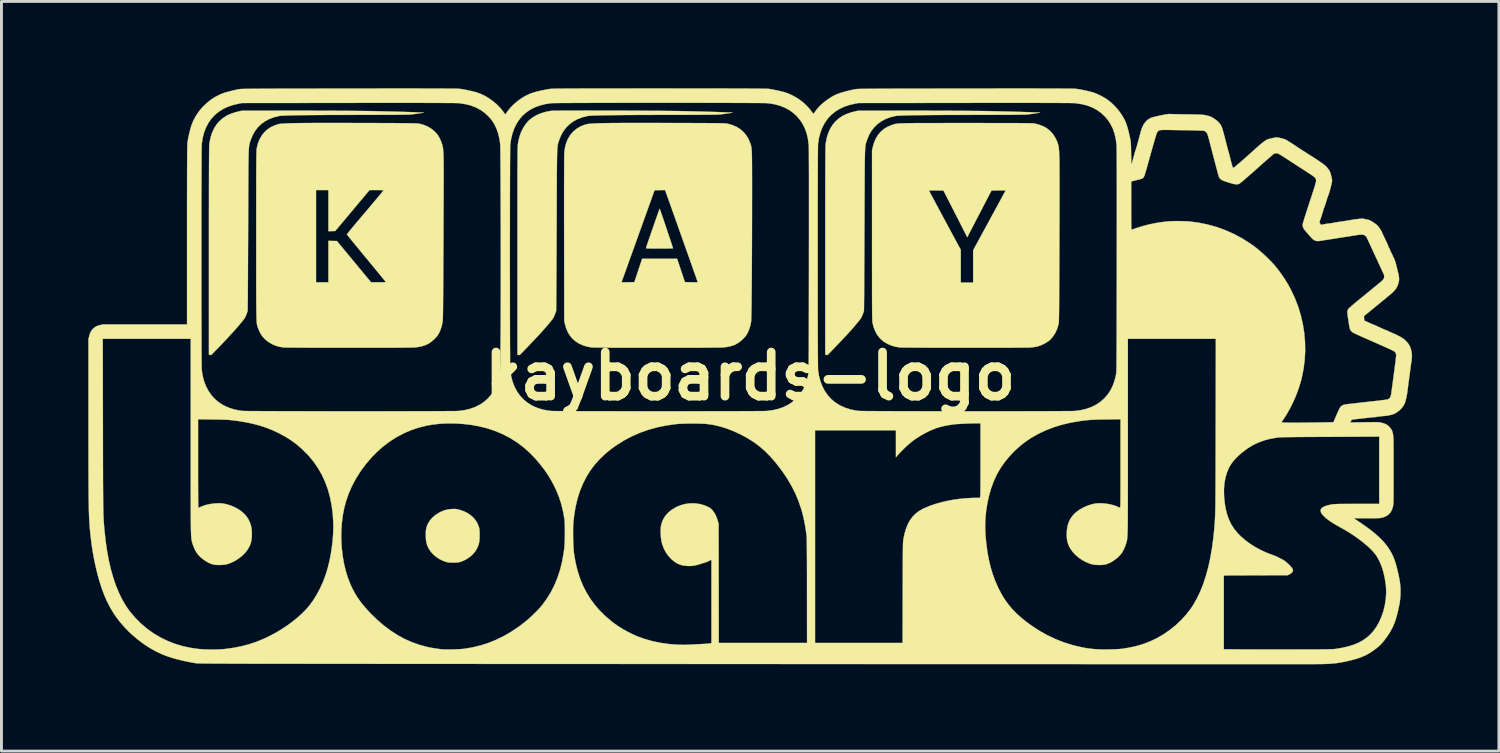
<source format=kicad_pcb>
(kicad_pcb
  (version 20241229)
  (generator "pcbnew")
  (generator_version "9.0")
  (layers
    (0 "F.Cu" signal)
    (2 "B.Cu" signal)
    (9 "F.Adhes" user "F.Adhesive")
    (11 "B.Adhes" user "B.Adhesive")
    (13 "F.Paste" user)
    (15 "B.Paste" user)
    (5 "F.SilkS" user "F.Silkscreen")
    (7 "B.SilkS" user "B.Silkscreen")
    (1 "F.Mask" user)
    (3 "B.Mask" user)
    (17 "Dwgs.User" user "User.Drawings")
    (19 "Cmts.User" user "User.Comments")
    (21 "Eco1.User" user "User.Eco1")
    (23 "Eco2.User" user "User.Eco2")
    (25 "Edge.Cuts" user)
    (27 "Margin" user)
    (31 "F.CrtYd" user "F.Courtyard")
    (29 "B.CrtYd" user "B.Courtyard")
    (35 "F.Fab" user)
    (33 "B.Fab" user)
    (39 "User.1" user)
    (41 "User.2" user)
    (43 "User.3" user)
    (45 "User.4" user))
  (footprint "kayboards-logo"
    (layer "F.Cu")
    (at 22.865 9.946)
    (property "Reference" "kayboards-logo" (at 0 0 0) (layer "F.SilkS") (effects (font (size 1.524 1.524) (thickness 0.3))))
    (attr through_hole)
    (fp_poly (pts (xy -3.123 -5.774) (xy -3.112 -5.743) (xy -3.095 -5.696) (xy -3.073 -5.633) (xy -3.047 -5.558) (xy -3.017 -5.471) (xy -2.985 -5.377) (xy -2.951 -5.276) (xy -2.916 -5.172) (xy -2.88 -5.066) (xy -2.845 -4.961) (xy -2.81 -4.859) (xy -2.778 -4.762) (xy -2.748 -4.673) (xy -2.722 -4.594) (xy -2.7 -4.527) (xy -2.683 -4.474) (xy -2.672 -4.437) (xy -2.667 -4.42) (xy -2.667 -4.419) (xy -2.678 -4.417) (xy -2.709 -4.415) (xy -2.758 -4.414) (xy -2.82 -4.413) (xy -2.894 -4.412) (xy -2.976 -4.411) (xy -3.063 -4.411) (xy -3.153 -4.411) (xy -3.242 -4.411) (xy -3.328 -4.411) (xy -3.407 -4.412) (xy -3.476 -4.413) (xy -3.533 -4.414) (xy -3.575 -4.416) (xy -3.598 -4.418) (xy -3.602 -4.419) (xy -3.599 -4.433) (xy -3.588 -4.465) (xy -3.572 -4.515) (xy -3.55 -4.58) (xy -3.524 -4.657) (xy -3.494 -4.744) (xy -3.461 -4.839) (xy -3.426 -4.94) (xy -3.39 -5.045) (xy -3.353 -5.151) (xy -3.317 -5.255) (xy -3.282 -5.357) (xy -3.248 -5.452) (xy -3.217 -5.54) (xy -3.189 -5.618) (xy -3.166 -5.684) (xy -3.147 -5.735) (xy -3.134 -5.769) (xy -3.128 -5.784) (xy -3.127 -5.784) (xy -3.123 -5.774)) (stroke (width 0.01) (type solid)) (fill yes) (layer "F.SilkS"))
    (fp_poly (pts (xy -10.188 4.586) (xy -10.145 4.59) (xy -10.1 4.599) (xy -10.05 4.612) (xy -9.901 4.661) (xy -9.768 4.726) (xy -9.649 4.808) (xy -9.563 4.886) (xy -9.482 4.982) (xy -9.42 5.086) (xy -9.378 5.19) (xy -9.367 5.225) (xy -9.359 5.257) (xy -9.353 5.289) (xy -9.35 5.327) (xy -9.348 5.376) (xy -9.347 5.441) (xy -9.347 5.484) (xy -9.348 5.585) (xy -9.353 5.669) (xy -9.363 5.74) (xy -9.379 5.806) (xy -9.402 5.871) (xy -9.433 5.942) (xy -9.434 5.943) (xy -9.496 6.048) (xy -9.578 6.146) (xy -9.676 6.235) (xy -9.787 6.312) (xy -9.909 6.375) (xy -9.973 6.4) (xy -10.016 6.414) (xy -10.054 6.425) (xy -10.091 6.431) (xy -10.135 6.435) (xy -10.192 6.438) (xy -10.235 6.439) (xy -10.31 6.439) (xy -10.368 6.438) (xy -10.415 6.433) (xy -10.458 6.426) (xy -10.483 6.42) (xy -10.604 6.38) (xy -10.722 6.323) (xy -10.833 6.252) (xy -10.934 6.17) (xy -11.02 6.079) (xy -11.089 5.983) (xy -11.11 5.945) (xy -11.145 5.872) (xy -11.17 5.804) (xy -11.187 5.736) (xy -11.199 5.66) (xy -11.206 5.571) (xy -11.207 5.524) (xy -11.208 5.417) (xy -11.202 5.326) (xy -11.188 5.246) (xy -11.166 5.172) (xy -11.133 5.096) (xy -11.13 5.09) (xy -11.064 4.983) (xy -10.979 4.884) (xy -10.876 4.795) (xy -10.757 4.719) (xy -10.708 4.693) (xy -10.602 4.646) (xy -10.501 4.615) (xy -10.397 4.596) (xy -10.299 4.588) (xy -10.236 4.585) (xy -10.188 4.586)) (stroke (width 0.01) (type solid)) (fill yes) (layer "F.SilkS"))
    (fp_poly (pts (xy -15.592 -9.172) (xy -15.352 -9.172) (xy -15.114 -9.172) (xy -14.879 -9.171) (xy -14.651 -9.17) (xy -14.429 -9.17) (xy -14.217 -9.169) (xy -14.014 -9.168) (xy -13.824 -9.166) (xy -13.647 -9.165) (xy -13.485 -9.164) (xy -13.34 -9.162) (xy -13.214 -9.161) (xy -13.107 -9.159) (xy -13.023 -9.158) (xy -12.817 -9.153) (xy -12.618 -9.148) (xy -12.429 -9.144) (xy -12.25 -9.139) (xy -12.084 -9.134) (xy -11.931 -9.13) (xy -11.793 -9.126) (xy -11.671 -9.122) (xy -11.568 -9.118) (xy -11.485 -9.115) (xy -11.422 -9.112) (xy -11.407 -9.111) (xy -11.274 -9.104) (xy -11.447 -9.078) (xy -11.52 -9.067) (xy -11.597 -9.057) (xy -11.669 -9.048) (xy -11.727 -9.041) (xy -11.736 -9.04) (xy -11.763 -9.039) (xy -11.812 -9.037) (xy -11.881 -9.036) (xy -11.97 -9.035) (xy -12.077 -9.033) (xy -12.201 -9.032) (xy -12.34 -9.031) (xy -12.494 -9.03) (xy -12.661 -9.03) (xy -12.84 -9.029) (xy -13.03 -9.028) (xy -13.229 -9.028) (xy -13.399 -9.028) (xy -13.731 -9.027) (xy -14.041 -9.027) (xy -14.329 -9.026) (xy -14.596 -9.025) (xy -14.841 -9.024) (xy -15.065 -9.022) (xy -15.269 -9.02) (xy -15.452 -9.018) (xy -15.617 -9.016) (xy -15.762 -9.013) (xy -15.889 -9.01) (xy -15.998 -9.007) (xy -16.089 -9.004) (xy -16.162 -9) (xy -16.219 -8.996) (xy -16.26 -8.992) (xy -16.275 -8.989) (xy -16.453 -8.945) (xy -16.614 -8.884) (xy -16.761 -8.806) (xy -16.891 -8.712) (xy -17.006 -8.6) (xy -17.104 -8.473) (xy -17.186 -8.329) (xy -17.251 -8.17) (xy -17.254 -8.163) (xy -17.262 -8.137) (xy -17.271 -8.113) (xy -17.278 -8.092) (xy -17.285 -8.071) (xy -17.291 -8.049) (xy -17.297 -8.027) (xy -17.302 -8.002) (xy -17.307 -7.974) (xy -17.311 -7.942) (xy -17.315 -7.905) (xy -17.318 -7.861) (xy -17.321 -7.811) (xy -17.324 -7.752) (xy -17.326 -7.684) (xy -17.328 -7.607) (xy -17.33 -7.518) (xy -17.331 -7.417) (xy -17.333 -7.304) (xy -17.334 -7.176) (xy -17.335 -7.033) (xy -17.336 -6.875) (xy -17.337 -6.699) (xy -17.338 -6.506) (xy -17.339 -6.294) (xy -17.339 -6.062) (xy -17.34 -5.809) (xy -17.341 -5.535) (xy -17.342 -5.432) (xy -17.343 -5.192) (xy -17.344 -4.954) (xy -17.345 -4.721) (xy -17.346 -4.493) (xy -17.347 -4.272) (xy -17.348 -4.059) (xy -17.349 -3.855) (xy -17.35 -3.662) (xy -17.35 -3.481) (xy -17.351 -3.314) (xy -17.352 -3.161) (xy -17.353 -3.024) (xy -17.354 -2.904) (xy -17.354 -2.802) (xy -17.355 -2.721) (xy -17.355 -2.66) (xy -17.356 -2.638) (xy -17.36 -2.257) (xy -17.392 -2.165) (xy -17.412 -2.112) (xy -17.434 -2.06) (xy -17.455 -2.018) (xy -17.457 -2.015) (xy -17.477 -1.985) (xy -17.511 -1.94) (xy -17.556 -1.884) (xy -17.611 -1.818) (xy -17.673 -1.744) (xy -17.74 -1.666) (xy -17.811 -1.586) (xy -17.883 -1.506) (xy -17.954 -1.428) (xy -17.954 -1.428) (xy -18.003 -1.375) (xy -18.06 -1.315) (xy -18.122 -1.249) (xy -18.187 -1.18) (xy -18.254 -1.109) (xy -18.321 -1.039) (xy -18.386 -0.971) (xy -18.447 -0.908) (xy -18.502 -0.852) (xy -18.548 -0.803) (xy -18.585 -0.766) (xy -18.611 -0.741) (xy -18.622 -0.73) (xy -18.623 -0.73) (xy -18.637 -0.732) (xy -18.663 -0.738) (xy -18.698 -0.745) (xy -18.698 -4.341) (xy -18.698 -4.696) (xy -18.698 -5.028) (xy -18.698 -5.339) (xy -18.698 -5.628) (xy -18.697 -5.897) (xy -18.697 -6.147) (xy -18.697 -6.377) (xy -18.697 -6.589) (xy -18.696 -6.783) (xy -18.696 -6.961) (xy -18.695 -7.122) (xy -18.695 -7.267) (xy -18.694 -7.398) (xy -18.693 -7.514) (xy -18.693 -7.617) (xy -18.692 -7.707) (xy -18.691 -7.784) (xy -18.69 -7.851) (xy -18.689 -7.906) (xy -18.688 -7.951) (xy -18.687 -7.986) (xy -18.685 -8.013) (xy -18.684 -8.031) (xy -18.683 -8.039) (xy -18.647 -8.225) (xy -18.595 -8.393) (xy -18.528 -8.545) (xy -18.446 -8.68) (xy -18.347 -8.799) (xy -18.232 -8.903) (xy -18.101 -8.991) (xy -18.096 -8.994) (xy -18.009 -9.038) (xy -17.905 -9.079) (xy -17.791 -9.116) (xy -17.674 -9.146) (xy -17.674 -9.147) (xy -17.555 -9.173) (xy -15.592 -9.172)) (stroke (width 0.01) (type solid)) (fill yes) (layer "F.SilkS"))
    (fp_poly (pts (xy 5.698 -9.172) (xy 5.938 -9.172) (xy 6.176 -9.172) (xy 6.41 -9.171) (xy 6.639 -9.17) (xy 6.86 -9.17) (xy 7.073 -9.169) (xy 7.275 -9.168) (xy 7.466 -9.166) (xy 7.643 -9.165) (xy 7.805 -9.164) (xy 7.95 -9.162) (xy 8.076 -9.161) (xy 8.183 -9.159) (xy 8.267 -9.158) (xy 8.473 -9.153) (xy 8.671 -9.148) (xy 8.861 -9.144) (xy 9.04 -9.139) (xy 9.206 -9.134) (xy 9.359 -9.13) (xy 9.497 -9.126) (xy 9.618 -9.122) (xy 9.722 -9.118) (xy 9.805 -9.115) (xy 9.867 -9.112) (xy 9.883 -9.111) (xy 10.016 -9.104) (xy 9.842 -9.078) (xy 9.77 -9.067) (xy 9.693 -9.057) (xy 9.621 -9.048) (xy 9.562 -9.041) (xy 9.554 -9.04) (xy 9.527 -9.039) (xy 9.478 -9.037) (xy 9.409 -9.036) (xy 9.32 -9.035) (xy 9.213 -9.033) (xy 9.089 -9.032) (xy 8.95 -9.031) (xy 8.796 -9.03) (xy 8.629 -9.03) (xy 8.45 -9.029) (xy 8.26 -9.028) (xy 8.061 -9.028) (xy 7.891 -9.028) (xy 7.559 -9.027) (xy 7.248 -9.027) (xy 6.96 -9.026) (xy 6.694 -9.025) (xy 6.449 -9.024) (xy 6.225 -9.022) (xy 6.021 -9.02) (xy 5.837 -9.018) (xy 5.673 -9.016) (xy 5.528 -9.013) (xy 5.401 -9.01) (xy 5.292 -9.007) (xy 5.201 -9.004) (xy 5.128 -9) (xy 5.071 -8.996) (xy 5.03 -8.992) (xy 5.015 -8.989) (xy 4.837 -8.945) (xy 4.675 -8.884) (xy 4.529 -8.806) (xy 4.399 -8.712) (xy 4.284 -8.6) (xy 4.186 -8.473) (xy 4.104 -8.329) (xy 4.039 -8.17) (xy 4.036 -8.163) (xy 4.027 -8.137) (xy 4.019 -8.113) (xy 4.012 -8.092) (xy 4.005 -8.071) (xy 3.998 -8.049) (xy 3.993 -8.027) (xy 3.988 -8.002) (xy 3.983 -7.974) (xy 3.979 -7.942) (xy 3.975 -7.905) (xy 3.972 -7.861) (xy 3.969 -7.811) (xy 3.966 -7.752) (xy 3.964 -7.684) (xy 3.962 -7.607) (xy 3.96 -7.518) (xy 3.958 -7.417) (xy 3.957 -7.304) (xy 3.956 -7.176) (xy 3.955 -7.033) (xy 3.954 -6.875) (xy 3.953 -6.699) (xy 3.952 -6.506) (xy 3.951 -6.294) (xy 3.95 -6.062) (xy 3.949 -5.809) (xy 3.948 -5.535) (xy 3.948 -5.432) (xy 3.947 -5.192) (xy 3.946 -4.954) (xy 3.945 -4.721) (xy 3.944 -4.493) (xy 3.943 -4.272) (xy 3.942 -4.059) (xy 3.941 -3.855) (xy 3.94 -3.662) (xy 3.939 -3.481) (xy 3.938 -3.314) (xy 3.938 -3.161) (xy 3.937 -3.024) (xy 3.936 -2.904) (xy 3.936 -2.802) (xy 3.935 -2.721) (xy 3.934 -2.66) (xy 3.934 -2.638) (xy 3.93 -2.257) (xy 3.898 -2.165) (xy 3.878 -2.112) (xy 3.856 -2.06) (xy 3.835 -2.018) (xy 3.833 -2.015) (xy 3.813 -1.985) (xy 3.779 -1.94) (xy 3.734 -1.884) (xy 3.679 -1.818) (xy 3.617 -1.744) (xy 3.55 -1.666) (xy 3.479 -1.586) (xy 3.407 -1.506) (xy 3.336 -1.428) (xy 3.336 -1.428) (xy 3.287 -1.375) (xy 3.23 -1.315) (xy 3.168 -1.249) (xy 3.103 -1.18) (xy 3.035 -1.109) (xy 2.968 -1.039) (xy 2.904 -0.971) (xy 2.843 -0.908) (xy 2.788 -0.852) (xy 2.742 -0.803) (xy 2.704 -0.766) (xy 2.679 -0.741) (xy 2.667 -0.73) (xy 2.667 -0.73) (xy 2.653 -0.732) (xy 2.627 -0.738) (xy 2.592 -0.745) (xy 2.592 -4.341) (xy 2.592 -4.696) (xy 2.592 -5.028) (xy 2.592 -5.339) (xy 2.592 -5.628) (xy 2.592 -5.897) (xy 2.593 -6.147) (xy 2.593 -6.377) (xy 2.593 -6.589) (xy 2.594 -6.783) (xy 2.594 -6.961) (xy 2.594 -7.122) (xy 2.595 -7.267) (xy 2.596 -7.398) (xy 2.596 -7.514) (xy 2.597 -7.617) (xy 2.598 -7.707) (xy 2.599 -7.784) (xy 2.6 -7.851) (xy 2.601 -7.906) (xy 2.602 -7.951) (xy 2.603 -7.986) (xy 2.605 -8.013) (xy 2.606 -8.031) (xy 2.607 -8.039) (xy 2.643 -8.225) (xy 2.694 -8.393) (xy 2.761 -8.545) (xy 2.844 -8.68) (xy 2.943 -8.799) (xy 3.058 -8.903) (xy 3.189 -8.991) (xy 3.194 -8.994) (xy 3.281 -9.038) (xy 3.385 -9.079) (xy 3.498 -9.116) (xy 3.615 -9.146) (xy 3.616 -9.147) (xy 3.735 -9.173) (xy 5.698 -9.172)) (stroke (width 0.01) (type solid)) (fill yes) (layer "F.SilkS"))
    (fp_poly (pts (xy -5.462 -9.176) (xy -5.268 -9.176) (xy -5.07 -9.176) (xy -4.868 -9.176) (xy -4.663 -9.175) (xy -4.457 -9.174) (xy -4.252 -9.174) (xy -4.048 -9.173) (xy -3.848 -9.172) (xy -3.652 -9.171) (xy -3.462 -9.169) (xy -3.279 -9.168) (xy -3.104 -9.167) (xy -2.94 -9.165) (xy -2.787 -9.164) (xy -2.646 -9.162) (xy -2.52 -9.161) (xy -2.409 -9.159) (xy -2.315 -9.157) (xy -2.286 -9.157) (xy -2.101 -9.152) (xy -1.92 -9.148) (xy -1.745 -9.143) (xy -1.578 -9.139) (xy -1.42 -9.134) (xy -1.273 -9.13) (xy -1.139 -9.126) (xy -1.02 -9.122) (xy -0.918 -9.119) (xy -0.833 -9.116) (xy -0.769 -9.113) (xy -0.733 -9.111) (xy -0.606 -9.104) (xy -0.78 -9.077) (xy -0.854 -9.067) (xy -0.932 -9.056) (xy -1.005 -9.047) (xy -1.066 -9.041) (xy -1.075 -9.04) (xy -1.101 -9.039) (xy -1.149 -9.037) (xy -1.217 -9.036) (xy -1.305 -9.035) (xy -1.409 -9.034) (xy -1.529 -9.033) (xy -1.664 -9.032) (xy -1.812 -9.031) (xy -1.971 -9.03) (xy -2.14 -9.029) (xy -2.318 -9.029) (xy -2.503 -9.028) (xy -2.694 -9.028) (xy -2.736 -9.028) (xy -3.07 -9.028) (xy -3.38 -9.027) (xy -3.669 -9.026) (xy -3.936 -9.025) (xy -4.181 -9.024) (xy -4.406 -9.022) (xy -4.61 -9.02) (xy -4.794 -9.018) (xy -4.959 -9.016) (xy -5.105 -9.013) (xy -5.232 -9.01) (xy -5.341 -9.007) (xy -5.432 -9.004) (xy -5.506 -9) (xy -5.563 -8.996) (xy -5.604 -8.992) (xy -5.619 -8.989) (xy -5.796 -8.945) (xy -5.958 -8.884) (xy -6.104 -8.806) (xy -6.235 -8.711) (xy -6.349 -8.6) (xy -6.448 -8.473) (xy -6.529 -8.329) (xy -6.595 -8.17) (xy -6.597 -8.163) (xy -6.606 -8.137) (xy -6.614 -8.113) (xy -6.622 -8.092) (xy -6.629 -8.071) (xy -6.635 -8.049) (xy -6.641 -8.027) (xy -6.646 -8.002) (xy -6.65 -7.974) (xy -6.655 -7.942) (xy -6.658 -7.905) (xy -6.662 -7.861) (xy -6.665 -7.811) (xy -6.667 -7.752) (xy -6.67 -7.684) (xy -6.672 -7.607) (xy -6.673 -7.518) (xy -6.675 -7.417) (xy -6.676 -7.304) (xy -6.677 -7.176) (xy -6.679 -7.033) (xy -6.679 -6.875) (xy -6.68 -6.699) (xy -6.681 -6.506) (xy -6.682 -6.294) (xy -6.683 -6.062) (xy -6.684 -5.809) (xy -6.685 -5.535) (xy -6.685 -5.432) (xy -6.686 -5.192) (xy -6.687 -4.954) (xy -6.688 -4.721) (xy -6.689 -4.493) (xy -6.69 -4.272) (xy -6.691 -4.059) (xy -6.692 -3.855) (xy -6.693 -3.662) (xy -6.694 -3.481) (xy -6.695 -3.314) (xy -6.696 -3.161) (xy -6.696 -3.024) (xy -6.697 -2.904) (xy -6.698 -2.802) (xy -6.698 -2.721) (xy -6.699 -2.66) (xy -6.699 -2.638) (xy -6.703 -2.257) (xy -6.735 -2.165) (xy -6.755 -2.112) (xy -6.778 -2.06) (xy -6.799 -2.018) (xy -6.801 -2.015) (xy -6.821 -1.985) (xy -6.854 -1.94) (xy -6.9 -1.884) (xy -6.954 -1.818) (xy -7.016 -1.744) (xy -7.084 -1.666) (xy -7.154 -1.586) (xy -7.226 -1.506) (xy -7.297 -1.428) (xy -7.297 -1.428) (xy -7.347 -1.375) (xy -7.403 -1.315) (xy -7.465 -1.249) (xy -7.531 -1.18) (xy -7.598 -1.109) (xy -7.665 -1.039) (xy -7.73 -0.971) (xy -7.79 -0.908) (xy -7.845 -0.852) (xy -7.892 -0.803) (xy -7.929 -0.766) (xy -7.954 -0.741) (xy -7.966 -0.73) (xy -7.966 -0.73) (xy -7.981 -0.732) (xy -8.007 -0.738) (xy -8.041 -0.745) (xy -8.041 -4.33) (xy -8.041 -4.672) (xy -8.041 -4.991) (xy -8.041 -5.289) (xy -8.041 -5.567) (xy -8.041 -5.824) (xy -8.041 -6.062) (xy -8.041 -6.282) (xy -8.041 -6.485) (xy -8.041 -6.67) (xy -8.04 -6.839) (xy -8.04 -6.993) (xy -8.04 -7.133) (xy -8.039 -7.259) (xy -8.039 -7.372) (xy -8.038 -7.473) (xy -8.037 -7.562) (xy -8.037 -7.641) (xy -8.036 -7.71) (xy -8.035 -7.77) (xy -8.034 -7.822) (xy -8.033 -7.866) (xy -8.032 -7.904) (xy -8.03 -7.936) (xy -8.029 -7.963) (xy -8.027 -7.985) (xy -8.026 -8.004) (xy -8.024 -8.02) (xy -8.022 -8.035) (xy -8.021 -8.044) (xy -7.995 -8.18) (xy -7.962 -8.301) (xy -7.92 -8.416) (xy -7.88 -8.505) (xy -7.816 -8.62) (xy -7.742 -8.727) (xy -7.663 -8.818) (xy -7.625 -8.854) (xy -7.505 -8.946) (xy -7.368 -9.024) (xy -7.216 -9.088) (xy -7.051 -9.136) (xy -6.875 -9.168) (xy -6.875 -9.168) (xy -6.852 -9.17) (xy -6.806 -9.171) (xy -6.741 -9.172) (xy -6.656 -9.173) (xy -6.554 -9.174) (xy -6.435 -9.175) (xy -6.302 -9.175) (xy -6.155 -9.176) (xy -5.997 -9.176) (xy -5.827 -9.176) (xy -5.648 -9.177) (xy -5.462 -9.176)) (stroke (width 0.01) (type solid)) (fill yes) (layer "F.SilkS"))
    (fp_poly (pts (xy -3.606 -8.749) (xy -3.339 -8.749) (xy -3.051 -8.748) (xy -2.759 -8.748) (xy -2.515 -8.747) (xy -2.293 -8.746) (xy -2.091 -8.746) (xy -1.909 -8.745) (xy -1.746 -8.744) (xy -1.601 -8.744) (xy -1.472 -8.743) (xy -1.358 -8.742) (xy -1.259 -8.742) (xy -1.172 -8.741) (xy -1.098 -8.74) (xy -1.035 -8.739) (xy -0.981 -8.738) (xy -0.936 -8.736) (xy -0.899 -8.735) (xy -0.868 -8.733) (xy -0.843 -8.731) (xy -0.822 -8.729) (xy -0.804 -8.726) (xy -0.788 -8.724) (xy -0.773 -8.721) (xy -0.758 -8.718) (xy -0.756 -8.717) (xy -0.605 -8.673) (xy -0.466 -8.611) (xy -0.341 -8.532) (xy -0.231 -8.436) (xy -0.138 -8.324) (xy -0.061 -8.198) (xy -0.012 -8.085) (xy -0.002 -8.057) (xy 0.008 -8.03) (xy 0.017 -8.006) (xy 0.024 -7.981) (xy 0.031 -7.955) (xy 0.037 -7.927) (xy 0.042 -7.895) (xy 0.047 -7.858) (xy 0.05 -7.815) (xy 0.054 -7.765) (xy 0.056 -7.706) (xy 0.058 -7.636) (xy 0.06 -7.555) (xy 0.061 -7.462) (xy 0.062 -7.355) (xy 0.063 -7.233) (xy 0.063 -7.094) (xy 0.063 -6.938) (xy 0.064 -6.762) (xy 0.064 -6.567) (xy 0.064 -6.35) (xy 0.064 -6.292) (xy 0.063 -6.025) (xy 0.063 -5.757) (xy 0.063 -5.489) (xy 0.062 -5.223) (xy 0.062 -4.96) (xy 0.061 -4.701) (xy 0.06 -4.447) (xy 0.059 -4.198) (xy 0.057 -3.957) (xy 0.056 -3.723) (xy 0.055 -3.499) (xy 0.053 -3.285) (xy 0.052 -3.082) (xy 0.05 -2.891) (xy 0.048 -2.713) (xy 0.047 -2.55) (xy 0.045 -2.402) (xy 0.043 -2.271) (xy 0.041 -2.157) (xy 0.039 -2.062) (xy 0.037 -1.986) (xy 0.035 -1.932) (xy 0.033 -1.899) (xy 0.033 -1.893) (xy 0.002 -1.737) (xy -0.048 -1.586) (xy -0.09 -1.495) (xy -0.121 -1.44) (xy -0.154 -1.392) (xy -0.194 -1.344) (xy -0.247 -1.289) (xy -0.248 -1.287) (xy -0.343 -1.202) (xy -0.442 -1.133) (xy -0.548 -1.079) (xy -0.665 -1.039) (xy -0.796 -1.011) (xy -0.944 -0.993) (xy -0.971 -0.992) (xy -1.019 -0.991) (xy -1.088 -0.99) (xy -1.175 -0.989) (xy -1.28 -0.988) (xy -1.401 -0.987) (xy -1.536 -0.986) (xy -1.684 -0.985) (xy -1.844 -0.985) (xy -2.014 -0.984) (xy -2.192 -0.984) (xy -2.378 -0.984) (xy -2.57 -0.983) (xy -2.766 -0.983) (xy -2.966 -0.983) (xy -3.167 -0.983) (xy -3.368 -0.983) (xy -3.568 -0.983) (xy -3.766 -0.983) (xy -3.959 -0.984) (xy -4.147 -0.984) (xy -4.328 -0.984) (xy -4.5 -0.985) (xy -4.663 -0.985) (xy -4.815 -0.986) (xy -4.954 -0.987) (xy -5.079 -0.988) (xy -5.188 -0.989) (xy -5.281 -0.99) (xy -5.355 -0.991) (xy -5.41 -0.992) (xy -5.443 -0.993) (xy -5.449 -0.993) (xy -5.608 -1.017) (xy -5.757 -1.059) (xy -5.894 -1.118) (xy -6.017 -1.193) (xy -6.125 -1.284) (xy -6.159 -1.319) (xy -6.238 -1.418) (xy -6.303 -1.527) (xy -6.355 -1.651) (xy -6.396 -1.791) (xy -6.4 -1.807) (xy -6.424 -1.911) (xy -6.426 -3.247) (xy -4.445 -3.247) (xy -4.434 -3.246) (xy -4.403 -3.246) (xy -4.357 -3.246) (xy -4.298 -3.246) (xy -4.23 -3.247) (xy -4.224 -3.247) (xy -4.002 -3.25) (xy -3.868 -3.654) (xy -3.733 -4.058) (xy -2.525 -4.058) (xy -2.39 -3.654) (xy -2.255 -3.25) (xy -2.034 -3.247) (xy -1.965 -3.246) (xy -1.905 -3.246) (xy -1.858 -3.246) (xy -1.826 -3.247) (xy -1.813 -3.248) (xy -1.813 -3.248) (xy -1.816 -3.259) (xy -1.827 -3.291) (xy -1.845 -3.341) (xy -1.869 -3.409) (xy -1.898 -3.492) (xy -1.933 -3.59) (xy -1.972 -3.701) (xy -2.015 -3.823) (xy -2.062 -3.955) (xy -2.111 -4.096) (xy -2.164 -4.243) (xy -2.218 -4.396) (xy -2.273 -4.553) (xy -2.33 -4.712) (xy -2.387 -4.872) (xy -2.443 -5.032) (xy -2.499 -5.19) (xy -2.554 -5.345) (xy -2.607 -5.494) (xy -2.658 -5.637) (xy -2.706 -5.772) (xy -2.751 -5.898) (xy -2.791 -6.013) (xy -2.828 -6.116) (xy -2.86 -6.205) (xy -2.886 -6.278) (xy -2.906 -6.335) (xy -2.92 -6.374) (xy -2.927 -6.392) (xy -2.927 -6.394) (xy -2.943 -6.431) (xy -3.124 -6.428) (xy -3.304 -6.425) (xy -3.874 -4.838) (xy -3.94 -4.654) (xy -4.004 -4.476) (xy -4.065 -4.305) (xy -4.124 -4.143) (xy -4.179 -3.99) (xy -4.229 -3.848) (xy -4.276 -3.718) (xy -4.318 -3.601) (xy -4.354 -3.499) (xy -4.386 -3.413) (xy -4.41 -3.343) (xy -4.429 -3.291) (xy -4.44 -3.259) (xy -4.445 -3.247) (xy -4.445 -3.247) (xy -6.426 -3.247) (xy -6.428 -4.763) (xy -6.428 -5.098) (xy -6.429 -5.414) (xy -6.429 -5.712) (xy -6.429 -5.992) (xy -6.429 -6.251) (xy -6.429 -6.491) (xy -6.428 -6.712) (xy -6.428 -6.912) (xy -6.427 -7.091) (xy -6.427 -7.249) (xy -6.426 -7.386) (xy -6.425 -7.502) (xy -6.424 -7.596) (xy -6.423 -7.668) (xy -6.422 -7.717) (xy -6.42 -7.743) (xy -6.396 -7.912) (xy -6.353 -8.067) (xy -6.292 -8.208) (xy -6.214 -8.334) (xy -6.119 -8.445) (xy -6.094 -8.468) (xy -5.99 -8.553) (xy -5.878 -8.621) (xy -5.754 -8.673) (xy -5.643 -8.706) (xy -5.617 -8.712) (xy -5.582 -8.717) (xy -5.54 -8.722) (xy -5.488 -8.726) (xy -5.426 -8.73) (xy -5.354 -8.734) (xy -5.269 -8.737) (xy -5.173 -8.739) (xy -5.063 -8.742) (xy -4.939 -8.744) (xy -4.8 -8.746) (xy -4.645 -8.747) (xy -4.473 -8.748) (xy -4.285 -8.749) (xy -4.078 -8.749) (xy -3.851 -8.749) (xy -3.606 -8.749)) (stroke (width 0.01) (type solid)) (fill yes) (layer "F.SilkS"))
    (fp_poly (pts (xy 7.264 -8.746) (xy 7.464 -8.746) (xy 7.734 -8.746) (xy 7.982 -8.746) (xy 8.209 -8.745) (xy 8.416 -8.745) (xy 8.604 -8.745) (xy 8.773 -8.745) (xy 8.926 -8.745) (xy 9.062 -8.744) (xy 9.183 -8.744) (xy 9.29 -8.743) (xy 9.384 -8.743) (xy 9.465 -8.742) (xy 9.536 -8.741) (xy 9.596 -8.74) (xy 9.647 -8.739) (xy 9.69 -8.738) (xy 9.725 -8.737) (xy 9.755 -8.735) (xy 9.779 -8.733) (xy 9.799 -8.731) (xy 9.815 -8.729) (xy 9.83 -8.727) (xy 9.842 -8.725) (xy 9.998 -8.683) (xy 10.138 -8.627) (xy 10.261 -8.554) (xy 10.369 -8.464) (xy 10.463 -8.357) (xy 10.542 -8.232) (xy 10.565 -8.188) (xy 10.593 -8.129) (xy 10.615 -8.072) (xy 10.633 -8.016) (xy 10.648 -7.955) (xy 10.659 -7.887) (xy 10.667 -7.809) (xy 10.673 -7.716) (xy 10.678 -7.605) (xy 10.68 -7.539) (xy 10.681 -7.493) (xy 10.682 -7.425) (xy 10.683 -7.336) (xy 10.684 -7.227) (xy 10.684 -7.099) (xy 10.685 -6.953) (xy 10.685 -6.79) (xy 10.685 -6.61) (xy 10.685 -6.416) (xy 10.685 -6.207) (xy 10.685 -5.986) (xy 10.684 -5.752) (xy 10.684 -5.508) (xy 10.683 -5.253) (xy 10.682 -4.99) (xy 10.681 -4.718) (xy 10.681 -4.543) (xy 10.68 -4.247) (xy 10.679 -3.974) (xy 10.678 -3.721) (xy 10.677 -3.489) (xy 10.676 -3.277) (xy 10.675 -3.083) (xy 10.674 -2.908) (xy 10.673 -2.749) (xy 10.672 -2.606) (xy 10.671 -2.478) (xy 10.67 -2.365) (xy 10.669 -2.265) (xy 10.668 -2.178) (xy 10.667 -2.102) (xy 10.666 -2.037) (xy 10.664 -1.982) (xy 10.663 -1.936) (xy 10.662 -1.898) (xy 10.66 -1.868) (xy 10.658 -1.844) (xy 10.657 -1.825) (xy 10.655 -1.811) (xy 10.653 -1.801) (xy 10.653 -1.801) (xy 10.605 -1.642) (xy 10.543 -1.501) (xy 10.465 -1.378) (xy 10.372 -1.271) (xy 10.323 -1.227) (xy 10.249 -1.175) (xy 10.161 -1.124) (xy 10.066 -1.079) (xy 9.971 -1.043) (xy 9.914 -1.027) (xy 9.856 -1.016) (xy 9.786 -1.004) (xy 9.716 -0.996) (xy 9.683 -0.992) (xy 9.657 -0.991) (xy 9.61 -0.99) (xy 9.543 -0.989) (xy 9.457 -0.988) (xy 9.353 -0.987) (xy 9.234 -0.987) (xy 9.1 -0.986) (xy 8.953 -0.985) (xy 8.795 -0.985) (xy 8.626 -0.984) (xy 8.448 -0.984) (xy 8.263 -0.984) (xy 8.072 -0.984) (xy 7.876 -0.983) (xy 7.677 -0.983) (xy 7.477 -0.983) (xy 7.276 -0.983) (xy 7.076 -0.983) (xy 6.879 -0.984) (xy 6.686 -0.984) (xy 6.498 -0.984) (xy 6.317 -0.985) (xy 6.144 -0.985) (xy 5.981 -0.986) (xy 5.829 -0.986) (xy 5.689 -0.987) (xy 5.564 -0.988) (xy 5.453 -0.989) (xy 5.359 -0.99) (xy 5.284 -0.991) (xy 5.228 -0.992) (xy 5.193 -0.993) (xy 5.184 -0.993) (xy 5.026 -1.017) (xy 4.877 -1.059) (xy 4.74 -1.118) (xy 4.616 -1.193) (xy 4.508 -1.284) (xy 4.474 -1.319) (xy 4.387 -1.43) (xy 4.317 -1.557) (xy 4.263 -1.698) (xy 4.229 -1.831) (xy 4.227 -1.843) (xy 4.225 -1.856) (xy 4.223 -1.871) (xy 4.221 -1.889) (xy 4.22 -1.912) (xy 4.218 -1.939) (xy 4.217 -1.972) (xy 4.216 -2.011) (xy 4.215 -2.058) (xy 4.214 -2.113) (xy 4.213 -2.177) (xy 4.212 -2.252) (xy 4.211 -2.337) (xy 4.211 -2.434) (xy 4.21 -2.543) (xy 4.21 -2.667) (xy 4.209 -2.804) (xy 4.209 -2.957) (xy 4.209 -3.125) (xy 4.209 -3.311) (xy 4.209 -3.514) (xy 4.208 -3.736) (xy 4.208 -3.978) (xy 4.208 -4.24) (xy 4.208 -4.523) (xy 4.208 -4.829) (xy 4.208 -6.403) (xy 6.181 -6.403) (xy 6.187 -6.39) (xy 6.203 -6.359) (xy 6.229 -6.31) (xy 6.264 -6.245) (xy 6.307 -6.165) (xy 6.356 -6.072) (xy 6.413 -5.967) (xy 6.475 -5.852) (xy 6.541 -5.727) (xy 6.613 -5.594) (xy 6.687 -5.455) (xy 6.73 -5.375) (xy 7.274 -4.364) (xy 7.274 -3.233) (xy 7.701 -3.233) (xy 7.701 -4.35) (xy 8.261 -5.379) (xy 8.338 -5.522) (xy 8.413 -5.659) (xy 8.483 -5.789) (xy 8.549 -5.91) (xy 8.61 -6.022) (xy 8.664 -6.122) (xy 8.712 -6.21) (xy 8.751 -6.284) (xy 8.783 -6.342) (xy 8.805 -6.384) (xy 8.818 -6.408) (xy 8.821 -6.414) (xy 8.81 -6.415) (xy 8.779 -6.417) (xy 8.732 -6.417) (xy 8.672 -6.417) (xy 8.602 -6.417) (xy 8.578 -6.417) (xy 8.335 -6.413) (xy 7.936 -5.646) (xy 7.871 -5.521) (xy 7.809 -5.402) (xy 7.751 -5.289) (xy 7.697 -5.186) (xy 7.649 -5.092) (xy 7.606 -5.011) (xy 7.571 -4.943) (xy 7.544 -4.891) (xy 7.526 -4.856) (xy 7.518 -4.84) (xy 7.518 -4.84) (xy 7.498 -4.802) (xy 7.087 -5.608) (xy 6.676 -6.413) (xy 6.425 -6.417) (xy 6.342 -6.417) (xy 6.28 -6.418) (xy 6.235 -6.417) (xy 6.205 -6.415) (xy 6.188 -6.412) (xy 6.181 -6.408) (xy 6.181 -6.403) (xy 4.208 -6.403) (xy 4.208 -7.799) (xy 4.233 -7.909) (xy 4.279 -8.069) (xy 4.34 -8.212) (xy 4.417 -8.339) (xy 4.51 -8.448) (xy 4.619 -8.541) (xy 4.744 -8.617) (xy 4.885 -8.676) (xy 4.913 -8.685) (xy 4.935 -8.692) (xy 4.955 -8.699) (xy 4.974 -8.705) (xy 4.994 -8.71) (xy 5.016 -8.715) (xy 5.039 -8.719) (xy 5.066 -8.723) (xy 5.098 -8.727) (xy 5.134 -8.73) (xy 5.177 -8.733) (xy 5.228 -8.735) (xy 5.286 -8.737) (xy 5.354 -8.739) (xy 5.433 -8.741) (xy 5.522 -8.742) (xy 5.624 -8.743) (xy 5.74 -8.744) (xy 5.87 -8.744) (xy 6.015 -8.745) (xy 6.176 -8.745) (xy 6.355 -8.745) (xy 6.552 -8.745) (xy 6.769 -8.746) (xy 7.006 -8.746) (xy 7.264 -8.746)) (stroke (width 0.01) (type solid)) (fill yes) (layer "F.SilkS"))
    (fp_poly (pts (xy -14.29 -8.749) (xy -14.026 -8.749) (xy -13.741 -8.748) (xy -13.434 -8.747) (xy -13.416 -8.747) (xy -13.168 -8.747) (xy -12.942 -8.746) (xy -12.737 -8.745) (xy -12.552 -8.744) (xy -12.385 -8.744) (xy -12.237 -8.743) (xy -12.105 -8.742) (xy -11.989 -8.741) (xy -11.887 -8.74) (xy -11.799 -8.739) (xy -11.723 -8.738) (xy -11.658 -8.737) (xy -11.604 -8.735) (xy -11.559 -8.734) (xy -11.522 -8.732) (xy -11.493 -8.73) (xy -11.469 -8.729) (xy -11.45 -8.726) (xy -11.435 -8.724) (xy -11.434 -8.724) (xy -11.283 -8.684) (xy -11.144 -8.626) (xy -11.017 -8.551) (xy -10.905 -8.46) (xy -10.809 -8.353) (xy -10.782 -8.316) (xy -10.743 -8.251) (xy -10.704 -8.172) (xy -10.669 -8.087) (xy -10.641 -8.006) (xy -10.634 -7.981) (xy -10.628 -7.954) (xy -10.622 -7.927) (xy -10.616 -7.899) (xy -10.612 -7.867) (xy -10.607 -7.832) (xy -10.603 -7.792) (xy -10.6 -7.746) (xy -10.597 -7.693) (xy -10.595 -7.631) (xy -10.593 -7.559) (xy -10.591 -7.477) (xy -10.59 -7.383) (xy -10.589 -7.276) (xy -10.589 -7.156) (xy -10.588 -7.019) (xy -10.588 -6.867) (xy -10.589 -6.697) (xy -10.589 -6.508) (xy -10.59 -6.3) (xy -10.591 -6.071) (xy -10.592 -5.836) (xy -10.593 -5.475) (xy -10.595 -5.136) (xy -10.596 -4.818) (xy -10.597 -4.522) (xy -10.599 -4.245) (xy -10.6 -3.989) (xy -10.601 -3.751) (xy -10.602 -3.532) (xy -10.603 -3.33) (xy -10.604 -3.144) (xy -10.606 -2.975) (xy -10.607 -2.821) (xy -10.608 -2.682) (xy -10.609 -2.557) (xy -10.61 -2.445) (xy -10.611 -2.346) (xy -10.612 -2.259) (xy -10.613 -2.183) (xy -10.615 -2.117) (xy -10.616 -2.061) (xy -10.617 -2.014) (xy -10.618 -1.976) (xy -10.62 -1.945) (xy -10.621 -1.921) (xy -10.623 -1.904) (xy -10.623 -1.899) (xy -10.654 -1.738) (xy -10.705 -1.585) (xy -10.747 -1.495) (xy -10.778 -1.44) (xy -10.81 -1.392) (xy -10.851 -1.344) (xy -10.903 -1.289) (xy -10.905 -1.287) (xy -11 -1.202) (xy -11.099 -1.133) (xy -11.205 -1.079) (xy -11.322 -1.039) (xy -11.453 -1.011) (xy -11.6 -0.993) (xy -11.628 -0.992) (xy -11.677 -0.991) (xy -11.746 -0.99) (xy -11.834 -0.989) (xy -11.939 -0.988) (xy -12.06 -0.987) (xy -12.195 -0.986) (xy -12.344 -0.985) (xy -12.504 -0.985) (xy -12.674 -0.984) (xy -12.853 -0.984) (xy -13.039 -0.983) (xy -13.232 -0.983) (xy -13.428 -0.983) (xy -13.628 -0.983) (xy -13.829 -0.983) (xy -14.031 -0.983) (xy -14.231 -0.983) (xy -14.428 -0.983) (xy -14.622 -0.984) (xy -14.81 -0.984) (xy -14.991 -0.985) (xy -15.163 -0.985) (xy -15.326 -0.986) (xy -15.478 -0.986) (xy -15.617 -0.987) (xy -15.742 -0.988) (xy -15.851 -0.989) (xy -15.944 -0.99) (xy -16.018 -0.991) (xy -16.072 -0.992) (xy -16.106 -0.994) (xy -16.112 -0.994) (xy -16.255 -1.015) (xy -16.389 -1.053) (xy -16.516 -1.108) (xy -16.645 -1.183) (xy -16.757 -1.272) (xy -16.851 -1.377) (xy -16.928 -1.496) (xy -16.99 -1.633) (xy -17.002 -1.666) (xy -17.008 -1.684) (xy -17.014 -1.701) (xy -17.02 -1.717) (xy -17.025 -1.734) (xy -17.03 -1.751) (xy -17.034 -1.77) (xy -17.038 -1.792) (xy -17.042 -1.818) (xy -17.045 -1.848) (xy -17.048 -1.883) (xy -17.05 -1.925) (xy -17.053 -1.973) (xy -17.055 -2.03) (xy -17.056 -2.095) (xy -17.058 -2.171) (xy -17.059 -2.256) (xy -17.06 -2.354) (xy -17.061 -2.463) (xy -17.062 -2.586) (xy -17.063 -2.722) (xy -17.063 -2.874) (xy -17.064 -3.041) (xy -17.064 -3.226) (xy -17.064 -3.427) (xy -17.064 -3.647) (xy -17.064 -3.886) (xy -17.064 -4.146) (xy -17.064 -4.426) (xy -17.064 -4.729) (xy -17.064 -4.855) (xy -17.064 -5.165) (xy -17.064 -5.453) (xy -17.064 -5.72) (xy -17.064 -5.966) (xy -17.064 -6.192) (xy -17.064 -6.399) (xy -17.064 -6.431) (xy -14.998 -6.431) (xy -14.998 -3.244) (xy -14.57 -3.244) (xy -14.57 -4.677) (xy -14.424 -4.673) (xy -14.277 -4.67) (xy -13.688 -3.958) (xy -13.098 -3.246) (xy -12.841 -3.245) (xy -12.767 -3.245) (xy -12.701 -3.246) (xy -12.647 -3.247) (xy -12.608 -3.248) (xy -12.587 -3.25) (xy -12.585 -3.251) (xy -12.592 -3.26) (xy -12.613 -3.286) (xy -12.646 -3.328) (xy -12.691 -3.383) (xy -12.747 -3.451) (xy -12.812 -3.531) (xy -12.886 -3.621) (xy -12.968 -3.72) (xy -13.055 -3.827) (xy -13.149 -3.94) (xy -13.246 -4.058) (xy -13.257 -4.071) (xy -13.355 -4.19) (xy -13.449 -4.304) (xy -13.538 -4.412) (xy -13.62 -4.512) (xy -13.695 -4.604) (xy -13.762 -4.686) (xy -13.819 -4.756) (xy -13.866 -4.814) (xy -13.901 -4.858) (xy -13.923 -4.886) (xy -13.932 -4.899) (xy -13.933 -4.899) (xy -13.926 -4.91) (xy -13.905 -4.937) (xy -13.871 -4.978) (xy -13.826 -5.034) (xy -13.77 -5.102) (xy -13.705 -5.181) (xy -13.631 -5.269) (xy -13.549 -5.367) (xy -13.461 -5.471) (xy -13.368 -5.581) (xy -13.3 -5.661) (xy -13.204 -5.774) (xy -13.113 -5.882) (xy -13.027 -5.985) (xy -12.947 -6.079) (xy -12.875 -6.165) (xy -12.812 -6.24) (xy -12.759 -6.304) (xy -12.716 -6.355) (xy -12.686 -6.393) (xy -12.669 -6.414) (xy -12.665 -6.42) (xy -12.677 -6.424) (xy -12.708 -6.427) (xy -12.758 -6.429) (xy -12.824 -6.43) (xy -12.904 -6.431) (xy -12.907 -6.431) (xy -13.149 -6.431) (xy -13.742 -5.724) (xy -14.335 -5.016) (xy -14.453 -5.013) (xy -14.57 -5.01) (xy -14.57 -6.431) (xy -14.998 -6.431) (xy -17.064 -6.431) (xy -17.063 -6.589) (xy -17.063 -6.761) (xy -17.063 -6.917) (xy -17.062 -7.057) (xy -17.062 -7.183) (xy -17.061 -7.295) (xy -17.06 -7.394) (xy -17.06 -7.481) (xy -17.059 -7.557) (xy -17.058 -7.622) (xy -17.057 -7.678) (xy -17.056 -7.725) (xy -17.054 -7.764) (xy -17.053 -7.796) (xy -17.052 -7.822) (xy -17.05 -7.843) (xy -17.048 -7.859) (xy -17.047 -7.87) (xy -17.009 -8.028) (xy -16.954 -8.172) (xy -16.881 -8.303) (xy -16.793 -8.418) (xy -16.688 -8.517) (xy -16.569 -8.599) (xy -16.435 -8.663) (xy -16.302 -8.706) (xy -16.275 -8.712) (xy -16.241 -8.717) (xy -16.199 -8.722) (xy -16.147 -8.726) (xy -16.086 -8.73) (xy -16.015 -8.733) (xy -15.932 -8.737) (xy -15.837 -8.739) (xy -15.728 -8.742) (xy -15.606 -8.744) (xy -15.469 -8.745) (xy -15.316 -8.747) (xy -15.147 -8.748) (xy -14.96 -8.749) (xy -14.756 -8.749) (xy -14.533 -8.749) (xy -14.29 -8.749)) (stroke (width 0.01) (type solid)) (fill yes) (layer "F.SilkS"))
    (fp_poly (pts (xy -2.741 -9.941) (xy -2.366 -9.94) (xy -2.013 -9.94) (xy -1.683 -9.94) (xy -1.376 -9.94) (xy -1.092 -9.939) (xy -0.829 -9.939) (xy -0.589 -9.938) (xy -0.371 -9.938) (xy -0.175 -9.937) (xy -0.000363 -9.936) (xy 0.152 -9.935) (xy 0.283 -9.934) (xy 0.393 -9.933) (xy 0.481 -9.932) (xy 0.548 -9.931) (xy 0.595 -9.93) (xy 0.62 -9.929) (xy 0.621 -9.928) (xy 0.684 -9.92) (xy 0.764 -9.906) (xy 0.854 -9.888) (xy 0.95 -9.868) (xy 1.044 -9.847) (xy 1.133 -9.825) (xy 1.199 -9.807) (xy 1.286 -9.777) (xy 1.385 -9.735) (xy 1.488 -9.684) (xy 1.59 -9.627) (xy 1.683 -9.569) (xy 1.697 -9.559) (xy 1.793 -9.487) (xy 1.888 -9.405) (xy 1.976 -9.318) (xy 2.054 -9.232) (xy 2.108 -9.161) (xy 2.137 -9.121) (xy 2.161 -9.089) (xy 2.177 -9.069) (xy 2.182 -9.064) (xy 2.191 -9.073) (xy 2.21 -9.097) (xy 2.236 -9.132) (xy 2.263 -9.169) (xy 2.304 -9.222) (xy 2.355 -9.282) (xy 2.408 -9.339) (xy 2.442 -9.373) (xy 2.513 -9.435) (xy 2.596 -9.502) (xy 2.687 -9.567) (xy 2.778 -9.628) (xy 2.864 -9.68) (xy 2.908 -9.703) (xy 3 -9.744) (xy 3.115 -9.785) (xy 3.248 -9.825) (xy 3.399 -9.865) (xy 3.567 -9.902) (xy 3.631 -9.915) (xy 3.641 -9.917) (xy 3.655 -9.919) (xy 3.672 -9.92) (xy 3.694 -9.921) (xy 3.722 -9.923) (xy 3.756 -9.924) (xy 3.796 -9.925) (xy 3.845 -9.926) (xy 3.901 -9.927) (xy 3.967 -9.928) (xy 4.043 -9.929) (xy 4.13 -9.93) (xy 4.227 -9.931) (xy 4.338 -9.931) (xy 4.461 -9.932) (xy 4.597 -9.933) (xy 4.748 -9.933) (xy 4.915 -9.934) (xy 5.097 -9.934) (xy 5.295 -9.935) (xy 5.512 -9.935) (xy 5.746 -9.935) (xy 5.999 -9.936) (xy 6.272 -9.936) (xy 6.566 -9.937) (xy 6.88 -9.937) (xy 7.217 -9.937) (xy 7.418 -9.938) (xy 7.804 -9.938) (xy 8.167 -9.938) (xy 8.508 -9.939) (xy 8.827 -9.939) (xy 9.124 -9.939) (xy 9.4 -9.939) (xy 9.655 -9.939) (xy 9.89 -9.939) (xy 10.104 -9.938) (xy 10.299 -9.938) (xy 10.474 -9.937) (xy 10.631 -9.937) (xy 10.768 -9.936) (xy 10.888 -9.935) (xy 10.99 -9.935) (xy 11.074 -9.934) (xy 11.141 -9.933) (xy 11.191 -9.932) (xy 11.225 -9.93) (xy 11.239 -9.929) (xy 11.31 -9.92) (xy 11.398 -9.906) (xy 11.495 -9.887) (xy 11.597 -9.865) (xy 11.698 -9.842) (xy 11.792 -9.818) (xy 11.832 -9.807) (xy 11.919 -9.777) (xy 12.017 -9.735) (xy 12.12 -9.685) (xy 12.221 -9.629) (xy 12.315 -9.57) (xy 12.331 -9.559) (xy 12.464 -9.456) (xy 12.592 -9.334) (xy 12.71 -9.2) (xy 12.807 -9.069) (xy 12.864 -8.98) (xy 12.911 -8.898) (xy 12.952 -8.817) (xy 12.987 -8.734) (xy 13.018 -8.642) (xy 13.048 -8.538) (xy 13.079 -8.417) (xy 13.086 -8.388) (xy 13.103 -8.314) (xy 13.117 -8.251) (xy 13.128 -8.196) (xy 13.137 -8.144) (xy 13.143 -8.092) (xy 13.148 -8.037) (xy 13.152 -7.974) (xy 13.154 -7.9) (xy 13.156 -7.811) (xy 13.158 -7.703) (xy 13.159 -7.684) (xy 13.161 -7.568) (xy 13.163 -7.476) (xy 13.166 -7.406) (xy 13.168 -7.357) (xy 13.171 -7.329) (xy 13.175 -7.323) (xy 13.176 -7.326) (xy 13.185 -7.355) (xy 13.198 -7.402) (xy 13.214 -7.461) (xy 13.232 -7.528) (xy 13.251 -7.597) (xy 13.268 -7.663) (xy 13.277 -7.695) (xy 13.289 -7.741) (xy 13.302 -7.78) (xy 13.311 -7.805) (xy 13.313 -7.809) (xy 13.319 -7.825) (xy 13.33 -7.862) (xy 13.346 -7.914) (xy 13.365 -7.98) (xy 13.386 -8.057) (xy 13.41 -8.141) (xy 13.434 -8.23) (xy 13.458 -8.321) (xy 13.482 -8.411) (xy 13.492 -8.451) (xy 13.534 -8.581) (xy 13.588 -8.692) (xy 13.654 -8.785) (xy 13.73 -8.859) (xy 13.818 -8.913) (xy 13.875 -8.935) (xy 13.927 -8.95) (xy 13.991 -8.967) (xy 14.063 -8.984) (xy 14.141 -9.001) (xy 14.219 -9.017) (xy 14.294 -9.032) (xy 14.363 -9.044) (xy 14.42 -9.053) (xy 14.463 -9.058) (xy 14.488 -9.059) (xy 14.489 -9.059) (xy 14.506 -9.057) (xy 14.544 -9.056) (xy 14.6 -9.054) (xy 14.672 -9.052) (xy 14.758 -9.051) (xy 14.855 -9.049) (xy 14.96 -9.047) (xy 15.072 -9.046) (xy 15.073 -9.046) (xy 15.201 -9.044) (xy 15.308 -9.042) (xy 15.397 -9.041) (xy 15.47 -9.039) (xy 15.53 -9.037) (xy 15.579 -9.035) (xy 15.619 -9.032) (xy 15.653 -9.029) (xy 15.683 -9.024) (xy 15.712 -9.019) (xy 15.741 -9.013) (xy 15.76 -9.009) (xy 15.824 -8.994) (xy 15.878 -8.977) (xy 15.926 -8.958) (xy 15.975 -8.931) (xy 16.03 -8.895) (xy 16.084 -8.858) (xy 16.149 -8.807) (xy 16.201 -8.752) (xy 16.232 -8.71) (xy 16.246 -8.689) (xy 16.259 -8.67) (xy 16.27 -8.65) (xy 16.281 -8.628) (xy 16.292 -8.601) (xy 16.304 -8.567) (xy 16.317 -8.525) (xy 16.333 -8.472) (xy 16.351 -8.406) (xy 16.372 -8.325) (xy 16.398 -8.227) (xy 16.428 -8.111) (xy 16.452 -8.018) (xy 16.471 -7.944) (xy 16.489 -7.877) (xy 16.504 -7.821) (xy 16.516 -7.778) (xy 16.523 -7.752) (xy 16.525 -7.747) (xy 16.53 -7.731) (xy 16.539 -7.696) (xy 16.552 -7.646) (xy 16.568 -7.584) (xy 16.586 -7.513) (xy 16.595 -7.478) (xy 16.613 -7.405) (xy 16.63 -7.339) (xy 16.646 -7.283) (xy 16.658 -7.242) (xy 16.666 -7.218) (xy 16.669 -7.214) (xy 16.689 -7.206) (xy 16.703 -7.206) (xy 16.717 -7.215) (xy 16.747 -7.237) (xy 16.79 -7.273) (xy 16.845 -7.319) (xy 16.911 -7.375) (xy 16.985 -7.44) (xy 17.067 -7.511) (xy 17.154 -7.588) (xy 17.244 -7.669) (xy 17.337 -7.752) (xy 17.428 -7.834) (xy 17.51 -7.908) (xy 17.579 -7.969) (xy 17.638 -8.019) (xy 17.692 -8.063) (xy 17.743 -8.102) (xy 17.774 -8.125) (xy 17.803 -8.145) (xy 17.831 -8.162) (xy 17.861 -8.176) (xy 17.896 -8.189) (xy 17.94 -8.202) (xy 17.997 -8.215) (xy 18.069 -8.231) (xy 18.157 -8.249) (xy 18.186 -8.249) (xy 18.231 -8.244) (xy 18.287 -8.234) (xy 18.347 -8.22) (xy 18.407 -8.204) (xy 18.459 -8.187) (xy 18.496 -8.173) (xy 18.522 -8.159) (xy 18.563 -8.134) (xy 18.615 -8.102) (xy 18.674 -8.064) (xy 18.733 -8.027) (xy 18.796 -7.984) (xy 18.859 -7.943) (xy 18.917 -7.905) (xy 18.964 -7.874) (xy 18.992 -7.856) (xy 19.047 -7.821) (xy 19.115 -7.777) (xy 19.192 -7.728) (xy 19.272 -7.676) (xy 19.352 -7.625) (xy 19.426 -7.577) (xy 19.491 -7.536) (xy 19.538 -7.506) (xy 19.589 -7.473) (xy 19.65 -7.431) (xy 19.714 -7.387) (xy 19.769 -7.349) (xy 19.827 -7.306) (xy 19.871 -7.27) (xy 19.906 -7.236) (xy 19.937 -7.199) (xy 19.966 -7.16) (xy 19.997 -7.116) (xy 20.019 -7.079) (xy 20.035 -7.043) (xy 20.049 -7.001) (xy 20.064 -6.944) (xy 20.068 -6.929) (xy 20.081 -6.873) (xy 20.091 -6.822) (xy 20.098 -6.782) (xy 20.101 -6.759) (xy 20.097 -6.728) (xy 20.088 -6.679) (xy 20.075 -6.618) (xy 20.058 -6.548) (xy 20.039 -6.474) (xy 20.019 -6.402) (xy 19.999 -6.335) (xy 19.98 -6.278) (xy 19.965 -6.236) (xy 19.962 -6.229) (xy 19.957 -6.218) (xy 19.951 -6.204) (xy 19.944 -6.183) (xy 19.935 -6.153) (xy 19.921 -6.11) (xy 19.903 -6.051) (xy 19.881 -5.981) (xy 19.864 -5.925) (xy 19.846 -5.873) (xy 19.83 -5.831) (xy 19.822 -5.812) (xy 19.809 -5.781) (xy 19.801 -5.757) (xy 19.8 -5.752) (xy 19.797 -5.734) (xy 19.789 -5.703) (xy 19.785 -5.689) (xy 19.774 -5.657) (xy 19.76 -5.611) (xy 19.743 -5.556) (xy 19.731 -5.519) (xy 19.715 -5.468) (xy 19.7 -5.426) (xy 19.69 -5.397) (xy 19.685 -5.386) (xy 19.668 -5.344) (xy 19.673 -5.298) (xy 19.687 -5.269) (xy 19.706 -5.245) (xy 19.719 -5.231) (xy 19.721 -5.23) (xy 19.735 -5.232) (xy 19.766 -5.238) (xy 19.809 -5.247) (xy 19.841 -5.253) (xy 19.895 -5.263) (xy 19.945 -5.271) (xy 19.984 -5.276) (xy 19.997 -5.276) (xy 20.033 -5.279) (xy 20.079 -5.286) (xy 20.114 -5.293) (xy 20.165 -5.304) (xy 20.225 -5.315) (xy 20.274 -5.322) (xy 20.429 -5.345) (xy 20.561 -5.364) (xy 20.671 -5.382) (xy 20.76 -5.397) (xy 20.797 -5.404) (xy 20.85 -5.414) (xy 20.9 -5.421) (xy 20.938 -5.426) (xy 20.951 -5.426) (xy 20.986 -5.428) (xy 21.031 -5.434) (xy 21.063 -5.439) (xy 21.096 -5.444) (xy 21.126 -5.446) (xy 21.16 -5.443) (xy 21.202 -5.436) (xy 21.26 -5.424) (xy 21.273 -5.421) (xy 21.33 -5.408) (xy 21.373 -5.396) (xy 21.409 -5.383) (xy 21.444 -5.366) (xy 21.484 -5.341) (xy 21.537 -5.306) (xy 21.54 -5.303) (xy 21.594 -5.267) (xy 21.634 -5.237) (xy 21.664 -5.21) (xy 21.691 -5.181) (xy 21.718 -5.144) (xy 21.745 -5.104) (xy 21.775 -5.059) (xy 21.799 -5.021) (xy 21.815 -4.993) (xy 21.821 -4.981) (xy 21.826 -4.966) (xy 21.838 -4.937) (xy 21.857 -4.896) (xy 21.868 -4.872) (xy 21.919 -4.767) (xy 21.959 -4.682) (xy 21.991 -4.614) (xy 22.014 -4.562) (xy 22.03 -4.525) (xy 22.038 -4.502) (xy 22.04 -4.492) (xy 22.046 -4.477) (xy 22.06 -4.448) (xy 22.073 -4.425) (xy 22.093 -4.387) (xy 22.109 -4.351) (xy 22.114 -4.335) (xy 22.125 -4.305) (xy 22.144 -4.267) (xy 22.155 -4.249) (xy 22.175 -4.212) (xy 22.19 -4.178) (xy 22.194 -4.165) (xy 22.205 -4.138) (xy 22.223 -4.101) (xy 22.237 -4.075) (xy 22.253 -4.042) (xy 22.27 -3.995) (xy 22.291 -3.929) (xy 22.314 -3.845) (xy 22.335 -3.763) (xy 22.361 -3.657) (xy 22.382 -3.571) (xy 22.397 -3.5) (xy 22.407 -3.442) (xy 22.413 -3.394) (xy 22.415 -3.353) (xy 22.413 -3.314) (xy 22.407 -3.276) (xy 22.398 -3.235) (xy 22.397 -3.231) (xy 22.363 -3.126) (xy 22.31 -3.029) (xy 22.236 -2.937) (xy 22.141 -2.847) (xy 22.13 -2.839) (xy 22.09 -2.806) (xy 22.036 -2.762) (xy 21.974 -2.71) (xy 21.906 -2.654) (xy 21.837 -2.598) (xy 21.809 -2.575) (xy 21.733 -2.512) (xy 21.664 -2.455) (xy 21.597 -2.4) (xy 21.529 -2.344) (xy 21.456 -2.285) (xy 21.373 -2.217) (xy 21.276 -2.139) (xy 21.263 -2.128) (xy 21.228 -2.099) (xy 21.209 -2.079) (xy 21.201 -2.062) (xy 21.201 -2.044) (xy 21.202 -2.04) (xy 21.207 -2.005) (xy 21.209 -1.964) (xy 21.209 -1.961) (xy 21.212 -1.933) (xy 21.219 -1.917) (xy 21.221 -1.917) (xy 21.236 -1.912) (xy 21.267 -1.899) (xy 21.309 -1.88) (xy 21.351 -1.86) (xy 21.402 -1.836) (xy 21.447 -1.816) (xy 21.481 -1.801) (xy 21.498 -1.795) (xy 21.527 -1.784) (xy 21.576 -1.764) (xy 21.642 -1.735) (xy 21.722 -1.697) (xy 21.723 -1.697) (xy 21.803 -1.66) (xy 21.864 -1.632) (xy 21.908 -1.612) (xy 21.938 -1.6) (xy 21.955 -1.594) (xy 21.959 -1.593) (xy 21.977 -1.588) (xy 22.005 -1.576) (xy 22.015 -1.571) (xy 22.045 -1.555) (xy 22.085 -1.536) (xy 22.127 -1.517) (xy 22.167 -1.499) (xy 22.199 -1.485) (xy 22.218 -1.478) (xy 22.22 -1.478) (xy 22.232 -1.473) (xy 22.26 -1.46) (xy 22.301 -1.441) (xy 22.349 -1.419) (xy 22.467 -1.357) (xy 22.563 -1.295) (xy 22.641 -1.231) (xy 22.702 -1.162) (xy 22.705 -1.159) (xy 22.746 -1.103) (xy 22.775 -1.057) (xy 22.796 -1.014) (xy 22.813 -0.968) (xy 22.829 -0.91) (xy 22.837 -0.877) (xy 22.854 -0.779) (xy 22.859 -0.681) (xy 22.85 -0.577) (xy 22.844 -0.531) (xy 22.834 -0.47) (xy 22.824 -0.4) (xy 22.815 -0.335) (xy 22.814 -0.329) (xy 22.807 -0.271) (xy 22.799 -0.21) (xy 22.792 -0.159) (xy 22.791 -0.15) (xy 22.785 -0.101) (xy 22.777 -0.041) (xy 22.769 0.018) (xy 22.768 0.023) (xy 22.761 0.083) (xy 22.752 0.149) (xy 22.744 0.206) (xy 22.743 0.208) (xy 22.735 0.266) (xy 22.727 0.329) (xy 22.721 0.375) (xy 22.71 0.467) (xy 22.701 0.541) (xy 22.692 0.602) (xy 22.683 0.655) (xy 22.673 0.706) (xy 22.661 0.759) (xy 22.652 0.797) (xy 22.635 0.862) (xy 22.621 0.91) (xy 22.606 0.948) (xy 22.589 0.982) (xy 22.566 1.018) (xy 22.557 1.03) (xy 22.509 1.096) (xy 22.462 1.148) (xy 22.41 1.194) (xy 22.346 1.241) (xy 22.33 1.252) (xy 22.277 1.284) (xy 22.227 1.308) (xy 22.169 1.327) (xy 22.134 1.336) (xy 22.077 1.348) (xy 22.021 1.359) (xy 21.974 1.366) (xy 21.959 1.368) (xy 21.885 1.374) (xy 21.814 1.381) (xy 21.752 1.388) (xy 21.701 1.394) (xy 21.666 1.399) (xy 21.649 1.402) (xy 21.649 1.402) (xy 21.633 1.406) (xy 21.602 1.41) (xy 21.566 1.414) (xy 21.503 1.419) (xy 21.42 1.427) (xy 21.314 1.439) (xy 21.185 1.453) (xy 21.174 1.454) (xy 21.122 1.46) (xy 21.058 1.468) (xy 20.994 1.475) (xy 20.972 1.477) (xy 20.9 1.486) (xy 20.846 1.492) (xy 20.809 1.499) (xy 20.785 1.507) (xy 20.769 1.517) (xy 20.76 1.53) (xy 20.753 1.547) (xy 20.751 1.552) (xy 20.736 1.597) (xy 21.223 1.59) (xy 21.342 1.589) (xy 21.441 1.588) (xy 21.521 1.587) (xy 21.586 1.587) (xy 21.638 1.587) (xy 21.679 1.589) (xy 21.713 1.591) (xy 21.741 1.594) (xy 21.767 1.598) (xy 21.792 1.604) (xy 21.82 1.61) (xy 21.826 1.612) (xy 21.918 1.639) (xy 21.993 1.676) (xy 22.056 1.724) (xy 22.113 1.788) (xy 22.121 1.799) (xy 22.148 1.839) (xy 22.168 1.875) (xy 22.183 1.917) (xy 22.197 1.973) (xy 22.2 1.984) (xy 22.204 2.002) (xy 22.207 2.02) (xy 22.211 2.039) (xy 22.213 2.06) (xy 22.216 2.085) (xy 22.218 2.115) (xy 22.22 2.152) (xy 22.221 2.198) (xy 22.222 2.252) (xy 22.223 2.318) (xy 22.224 2.397) (xy 22.224 2.489) (xy 22.225 2.597) (xy 22.225 2.722) (xy 22.225 2.865) (xy 22.225 3.028) (xy 22.225 3.213) (xy 22.225 3.25) (xy 22.225 3.439) (xy 22.225 3.606) (xy 22.225 3.753) (xy 22.225 3.881) (xy 22.224 3.992) (xy 22.224 4.088) (xy 22.223 4.169) (xy 22.223 4.237) (xy 22.221 4.293) (xy 22.22 4.34) (xy 22.218 4.378) (xy 22.216 4.409) (xy 22.214 4.435) (xy 22.211 4.457) (xy 22.208 4.476) (xy 22.205 4.494) (xy 22.201 4.512) (xy 22.2 4.514) (xy 22.166 4.619) (xy 22.117 4.707) (xy 22.051 4.779) (xy 21.969 4.834) (xy 21.87 4.874) (xy 21.842 4.882) (xy 21.815 4.888) (xy 21.789 4.893) (xy 21.761 4.898) (xy 21.729 4.901) (xy 21.69 4.903) (xy 21.642 4.905) (xy 21.581 4.906) (xy 21.504 4.906) (xy 21.411 4.907) (xy 21.297 4.907) (xy 20.847 4.907) (xy 21.002 5.008) (xy 21.22 5.157) (xy 21.415 5.3) (xy 21.588 5.439) (xy 21.739 5.574) (xy 21.867 5.704) (xy 21.973 5.83) (xy 22.016 5.888) (xy 22.093 6.005) (xy 22.157 6.117) (xy 22.211 6.229) (xy 22.258 6.347) (xy 22.3 6.479) (xy 22.329 6.584) (xy 22.369 6.746) (xy 22.402 6.89) (xy 22.427 7.019) (xy 22.446 7.136) (xy 22.458 7.246) (xy 22.464 7.351) (xy 22.465 7.456) (xy 22.464 7.51) (xy 22.459 7.608) (xy 22.451 7.698) (xy 22.441 7.784) (xy 22.427 7.873) (xy 22.408 7.97) (xy 22.383 8.082) (xy 22.375 8.119) (xy 22.335 8.277) (xy 22.294 8.417) (xy 22.249 8.542) (xy 22.2 8.658) (xy 22.143 8.768) (xy 22.078 8.876) (xy 22.041 8.933) (xy 21.966 9.041) (xy 21.898 9.132) (xy 21.834 9.21) (xy 21.769 9.279) (xy 21.699 9.343) (xy 21.622 9.406) (xy 21.533 9.471) (xy 21.517 9.483) (xy 21.399 9.561) (xy 21.282 9.627) (xy 21.161 9.683) (xy 21.03 9.733) (xy 20.885 9.778) (xy 20.799 9.8) (xy 20.642 9.839) (xy 20.501 9.87) (xy 20.368 9.894) (xy 20.238 9.913) (xy 20.106 9.927) (xy 19.967 9.936) (xy 19.814 9.942) (xy 19.697 9.944) (xy 19.675 9.944) (xy 19.63 9.944) (xy 19.564 9.944) (xy 19.475 9.945) (xy 19.365 9.945) (xy 19.233 9.945) (xy 19.081 9.945) (xy 18.908 9.945) (xy 18.716 9.945) (xy 18.504 9.945) (xy 18.272 9.945) (xy 18.022 9.945) (xy 17.753 9.945) (xy 17.467 9.945) (xy 17.162 9.945) (xy 16.841 9.945) (xy 16.502 9.945) (xy 16.147 9.945) (xy 15.776 9.945) (xy 15.389 9.945) (xy 14.986 9.945) (xy 14.569 9.945) (xy 14.137 9.945) (xy 13.691 9.945) (xy 13.231 9.945) (xy 12.758 9.945) (xy 12.271 9.945) (xy 11.772 9.945) (xy 11.261 9.944) (xy 10.738 9.944) (xy 10.203 9.944) (xy 9.658 9.944) (xy 9.101 9.944) (xy 8.534 9.944) (xy 7.958 9.944) (xy 7.371 9.944) (xy 6.776 9.943) (xy 6.172 9.943) (xy 5.559 9.943) (xy 4.939 9.943) (xy 4.31 9.943) (xy 3.675 9.942) (xy 3.033 9.942) (xy 2.384 9.942) (xy 1.729 9.942) (xy 1.068 9.942) (xy 0.403 9.941) (xy 0.196 9.941) (xy -0.609 9.941) (xy -1.392 9.941) (xy -2.152 9.94) (xy -2.891 9.94) (xy -3.607 9.94) (xy -4.302 9.94) (xy -4.976 9.939) (xy -5.629 9.939) (xy -6.262 9.939) (xy -6.874 9.939) (xy -7.467 9.938) (xy -8.04 9.938) (xy -8.594 9.938) (xy -9.129 9.938) (xy -9.646 9.937) (xy -10.144 9.937) (xy -10.625 9.937) (xy -11.088 9.937) (xy -11.534 9.936) (xy -11.963 9.936) (xy -12.376 9.936) (xy -12.772 9.936) (xy -13.153 9.935) (xy -13.518 9.935) (xy -13.867 9.935) (xy -14.202 9.935) (xy -14.522 9.934) (xy -14.828 9.934) (xy -15.12 9.934) (xy -15.399 9.933) (xy -15.664 9.933) (xy -15.916 9.933) (xy -16.156 9.933) (xy -16.383 9.932) (xy -16.599 9.932) (xy -16.802 9.932) (xy -16.995 9.931) (xy -17.176 9.931) (xy -17.347 9.931) (xy -17.508 9.93) (xy -17.659 9.93) (xy -17.799 9.929) (xy -17.931 9.929) (xy -18.054 9.928) (xy -18.168 9.928) (xy -18.273 9.928) (xy -18.371 9.927) (xy -18.461 9.927) (xy -18.543 9.926) (xy -18.619 9.926) (xy -18.688 9.925) (xy -18.75 9.925) (xy -18.806 9.924) (xy -18.857 9.923) (xy -18.902 9.923) (xy -18.942 9.922) (xy -18.978 9.922) (xy -19.009 9.921) (xy -19.036 9.92) (xy -19.059 9.92) (xy -19.079 9.919) (xy -19.095 9.918) (xy -19.109 9.917) (xy -19.121 9.917) (xy -19.13 9.916) (xy -19.137 9.915) (xy -19.142 9.914) (xy -19.348 9.879) (xy -19.553 9.837) (xy -19.752 9.79) (xy -19.942 9.738) (xy -20.117 9.682) (xy -20.275 9.623) (xy -20.307 9.61) (xy -20.521 9.51) (xy -20.736 9.39) (xy -20.949 9.251) (xy -21.156 9.096) (xy -21.354 8.928) (xy -21.462 8.827) (xy -21.617 8.667) (xy -21.759 8.503) (xy -21.89 8.334) (xy -22.01 8.156) (xy -22.12 7.97) (xy -22.221 7.772) (xy -22.313 7.561) (xy -22.398 7.336) (xy -22.476 7.094) (xy -22.548 6.835) (xy -22.615 6.556) (xy -22.669 6.298) (xy -22.714 6.051) (xy -22.753 5.788) (xy -22.787 5.513) (xy -22.814 5.232) (xy -22.825 5.086) (xy -22.829 5.03) (xy -22.832 4.971) (xy -22.835 4.909) (xy -22.838 4.842) (xy -22.841 4.77) (xy -22.843 4.692) (xy -22.846 4.606) (xy -22.848 4.513) (xy -22.849 4.41) (xy -22.851 4.297) (xy -22.853 4.174) (xy -22.854 4.038) (xy -22.855 3.89) (xy -22.856 3.727) (xy -22.857 3.551) (xy -22.858 3.358) (xy -22.858 3.149) (xy -22.859 2.923) (xy -22.859 2.678) (xy -22.86 2.414) (xy -22.86 2.13) (xy -22.86 1.824) (xy -22.86 1.497) (xy -22.86 1.474) (xy -22.86 -1.283) (xy -22.857 -1.293) (xy -22.365 -1.293) (xy -22.36 1.683) (xy -22.36 1.999) (xy -22.359 2.293) (xy -22.359 2.566) (xy -22.358 2.818) (xy -22.358 3.052) (xy -22.357 3.267) (xy -22.357 3.465) (xy -22.356 3.646) (xy -22.355 3.812) (xy -22.354 3.964) (xy -22.353 4.102) (xy -22.352 4.228) (xy -22.351 4.342) (xy -22.35 4.445) (xy -22.348 4.539) (xy -22.346 4.624) (xy -22.345 4.702) (xy -22.342 4.773) (xy -22.34 4.838) (xy -22.337 4.898) (xy -22.335 4.954) (xy -22.332 5.008) (xy -22.328 5.059) (xy -22.324 5.11) (xy -22.32 5.16) (xy -22.316 5.211) (xy -22.311 5.265) (xy -22.306 5.321) (xy -22.305 5.334) (xy -22.266 5.696) (xy -22.216 6.041) (xy -22.155 6.367) (xy -22.084 6.675) (xy -22.001 6.965) (xy -21.909 7.235) (xy -21.805 7.486) (xy -21.692 7.718) (xy -21.568 7.929) (xy -21.434 8.12) (xy -21.423 8.133) (xy -21.242 8.347) (xy -21.046 8.543) (xy -20.837 8.721) (xy -20.615 8.88) (xy -20.38 9.02) (xy -20.133 9.141) (xy -19.876 9.242) (xy -19.608 9.323) (xy -19.331 9.383) (xy -19.067 9.421) (xy -18.893 9.435) (xy -18.708 9.442) (xy -18.52 9.443) (xy -18.338 9.437) (xy -18.168 9.425) (xy -18.132 9.421) (xy -17.841 9.381) (xy -17.565 9.326) (xy -17.301 9.256) (xy -17.044 9.169) (xy -16.79 9.064) (xy -16.617 8.982) (xy -16.409 8.872) (xy -16.205 8.751) (xy -16.008 8.622) (xy -15.821 8.485) (xy -15.646 8.345) (xy -15.487 8.202) (xy -15.345 8.058) (xy -15.236 7.932) (xy -15.098 7.744) (xy -14.97 7.538) (xy -14.852 7.316) (xy -14.748 7.083) (xy -14.659 6.84) (xy -14.646 6.802) (xy -14.585 6.591) (xy -14.531 6.365) (xy -14.485 6.129) (xy -14.449 5.887) (xy -14.421 5.647) (xy -14.421 5.64) (xy -14.126 5.64) (xy -14.111 5.917) (xy -14.08 6.19) (xy -14.035 6.457) (xy -13.974 6.715) (xy -13.899 6.961) (xy -13.818 7.169) (xy -13.738 7.343) (xy -13.65 7.506) (xy -13.552 7.663) (xy -13.442 7.816) (xy -13.316 7.971) (xy -13.173 8.13) (xy -13.104 8.202) (xy -12.877 8.422) (xy -12.647 8.619) (xy -12.412 8.794) (xy -12.173 8.948) (xy -11.928 9.08) (xy -11.677 9.191) (xy -11.419 9.282) (xy -11.154 9.352) (xy -11.081 9.368) (xy -10.987 9.386) (xy -10.881 9.403) (xy -10.773 9.419) (xy -10.673 9.432) (xy -10.622 9.437) (xy -10.578 9.439) (xy -10.515 9.44) (xy -10.438 9.44) (xy -10.351 9.439) (xy -10.26 9.437) (xy -10.168 9.434) (xy -10.08 9.43) (xy -10 9.426) (xy -9.933 9.421) (xy -9.884 9.416) (xy -9.883 9.416) (xy -9.593 9.367) (xy -9.313 9.299) (xy -9.04 9.212) (xy -8.775 9.105) (xy -8.515 8.977) (xy -8.258 8.829) (xy -8.004 8.658) (xy -7.779 8.488) (xy -7.707 8.428) (xy -7.626 8.357) (xy -7.541 8.278) (xy -7.456 8.195) (xy -7.373 8.113) (xy -7.298 8.034) (xy -7.233 7.962) (xy -7.188 7.909) (xy -7.028 7.689) (xy -6.885 7.458) (xy -6.761 7.213) (xy -6.655 6.955) (xy -6.567 6.684) (xy -6.496 6.398) (xy -6.443 6.097) (xy -6.423 5.952) (xy -6.417 5.881) (xy -6.411 5.794) (xy -6.407 5.695) (xy -6.404 5.587) (xy -6.402 5.476) (xy -6.402 5.363) (xy -6.118 5.363) (xy -6.118 5.486) (xy -6.116 5.612) (xy -6.112 5.737) (xy -6.107 5.856) (xy -6.101 5.965) (xy -6.093 6.06) (xy -6.086 6.127) (xy -6.036 6.424) (xy -5.968 6.705) (xy -5.884 6.972) (xy -5.781 7.225) (xy -5.66 7.464) (xy -5.52 7.691) (xy -5.361 7.907) (xy -5.183 8.11) (xy -4.985 8.303) (xy -4.767 8.486) (xy -4.706 8.532) (xy -4.571 8.627) (xy -4.419 8.722) (xy -4.257 8.814) (xy -4.093 8.898) (xy -3.931 8.971) (xy -3.866 8.998) (xy -3.617 9.085) (xy -3.355 9.157) (xy -3.082 9.213) (xy -2.802 9.252) (xy -2.519 9.274) (xy -2.238 9.279) (xy -2.026 9.27) (xy -1.955 9.266) (xy -1.869 9.261) (xy -1.776 9.256) (xy -1.684 9.252) (xy -1.628 9.249) (xy -1.556 9.245) (xy -1.49 9.241) (xy -1.435 9.236) (xy -1.394 9.231) (xy -1.372 9.227) (xy -1.371 9.227) (xy -1.339 9.214) (xy -1.339 6.34) (xy -1.436 6.385) (xy -1.48 6.405) (xy -1.516 6.421) (xy -1.539 6.43) (xy -1.544 6.431) (xy -1.558 6.434) (xy -1.59 6.444) (xy -1.635 6.457) (xy -1.688 6.474) (xy -1.694 6.477) (xy -1.793 6.507) (xy -1.877 6.53) (xy -1.951 6.545) (xy -2.021 6.553) (xy -2.093 6.556) (xy -2.163 6.555) (xy -2.291 6.543) (xy -2.404 6.517) (xy -2.508 6.475) (xy -2.606 6.416) (xy -2.703 6.336) (xy -2.743 6.298) (xy -2.84 6.19) (xy -2.919 6.077) (xy -2.983 5.953) (xy -3.035 5.815) (xy -3.056 5.74) (xy -3.071 5.666) (xy -3.083 5.578) (xy -3.09 5.482) (xy -3.094 5.385) (xy -3.093 5.293) (xy -3.088 5.213) (xy -3.083 5.179) (xy -3.049 5.045) (xy -2.995 4.922) (xy -2.921 4.81) (xy -2.828 4.708) (xy -2.713 4.616) (xy -2.578 4.534) (xy -2.546 4.517) (xy -2.396 4.454) (xy -2.239 4.412) (xy -2.078 4.391) (xy -1.916 4.391) (xy -1.756 4.412) (xy -1.6 4.454) (xy -1.484 4.501) (xy -1.417 4.535) (xy -1.366 4.569) (xy -1.323 4.607) (xy -1.282 4.657) (xy -1.264 4.682) (xy -1.219 4.751) (xy -1.181 4.826) (xy -1.148 4.912) (xy -1.122 4.993) (xy -1.091 5.097) (xy -1.088 7.155) (xy -1.085 9.213) (xy 1.963 9.213) (xy 1.962 7.455) (xy 1.962 7.244) (xy 1.962 7.04) (xy 1.962 6.843) (xy 1.961 6.655) (xy 1.961 6.478) (xy 1.96 6.312) (xy 1.959 6.159) (xy 1.958 6.02) (xy 1.957 5.897) (xy 1.956 5.791) (xy 1.955 5.702) (xy 1.954 5.633) (xy 1.953 5.585) (xy 1.951 5.559) (xy 1.937 5.424) (xy 1.916 5.273) (xy 1.888 5.114) (xy 1.856 4.953) (xy 1.82 4.796) (xy 1.782 4.65) (xy 1.759 4.575) (xy 1.666 4.304) (xy 1.556 4.043) (xy 1.427 3.788) (xy 1.279 3.537) (xy 1.11 3.286) (xy 1.033 3.181) (xy 0.861 2.963) (xy 0.689 2.768) (xy 0.516 2.593) (xy 0.339 2.438) (xy 0.16 2.301) (xy 0.105 2.264) (xy -0.117 2.126) (xy -0.346 2.003) (xy -0.579 1.895) (xy -0.645 1.87) (xy 2.24 1.87) (xy 2.24 9.213) (xy 5.264 9.213) (xy 5.268 7.479) (xy 5.268 7.243) (xy 5.269 7.029) (xy 5.269 6.836) (xy 5.27 6.663) (xy 5.271 6.508) (xy 5.271 6.37) (xy 5.272 6.249) (xy 5.273 6.142) (xy 5.274 6.05) (xy 5.275 5.97) (xy 5.276 5.902) (xy 5.277 5.844) (xy 5.278 5.795) (xy 5.28 5.754) (xy 5.282 5.721) (xy 5.284 5.693) (xy 5.286 5.67) (xy 5.288 5.65) (xy 5.291 5.633) (xy 5.292 5.629) (xy 5.332 5.438) (xy 5.382 5.266) (xy 5.418 5.179) (xy 8.117 5.179) (xy 8.125 5.442) (xy 8.127 5.473) (xy 8.155 5.777) (xy 8.193 6.063) (xy 8.242 6.332) (xy 8.302 6.586) (xy 8.374 6.827) (xy 8.458 7.058) (xy 8.555 7.28) (xy 8.605 7.382) (xy 8.705 7.567) (xy 8.813 7.739) (xy 8.931 7.899) (xy 9.06 8.052) (xy 9.203 8.199) (xy 9.363 8.343) (xy 9.541 8.486) (xy 9.695 8.599) (xy 9.968 8.78) (xy 10.25 8.939) (xy 10.539 9.077) (xy 10.835 9.193) (xy 11.139 9.288) (xy 11.251 9.317) (xy 11.41 9.353) (xy 11.555 9.383) (xy 11.694 9.405) (xy 11.83 9.421) (xy 11.97 9.432) (xy 12.119 9.438) (xy 12.284 9.439) (xy 12.359 9.438) (xy 12.481 9.436) (xy 12.592 9.433) (xy 12.688 9.428) (xy 12.768 9.423) (xy 12.828 9.417) (xy 12.833 9.417) (xy 13.056 9.382) (xy 13.261 9.34) (xy 13.455 9.289) (xy 13.641 9.228) (xy 13.824 9.155) (xy 13.841 9.148) (xy 14.068 9.038) (xy 14.288 8.909) (xy 14.499 8.762) (xy 14.7 8.6) (xy 14.887 8.424) (xy 15.057 8.237) (xy 15.21 8.041) (xy 15.292 7.919) (xy 15.421 7.698) (xy 15.538 7.456) (xy 15.643 7.194) (xy 15.737 6.912) (xy 15.746 6.882) (xy 16.36 6.882) (xy 16.36 9.432) (xy 16.871 9.436) (xy 16.952 9.436) (xy 17.054 9.437) (xy 17.174 9.437) (xy 17.311 9.437) (xy 17.462 9.438) (xy 17.625 9.438) (xy 17.797 9.438) (xy 17.978 9.438) (xy 18.163 9.438) (xy 18.351 9.438) (xy 18.541 9.438) (xy 18.728 9.438) (xy 18.744 9.438) (xy 18.953 9.438) (xy 19.14 9.437) (xy 19.307 9.437) (xy 19.455 9.437) (xy 19.585 9.436) (xy 19.699 9.436) (xy 19.797 9.435) (xy 19.882 9.434) (xy 19.955 9.433) (xy 20.017 9.432) (xy 20.069 9.43) (xy 20.112 9.428) (xy 20.149 9.426) (xy 20.18 9.424) (xy 20.207 9.422) (xy 20.231 9.419) (xy 20.243 9.417) (xy 20.465 9.379) (xy 20.666 9.332) (xy 20.849 9.274) (xy 21.015 9.205) (xy 21.164 9.124) (xy 21.299 9.029) (xy 21.42 8.922) (xy 21.53 8.799) (xy 21.628 8.661) (xy 21.717 8.507) (xy 21.727 8.488) (xy 21.808 8.306) (xy 21.874 8.111) (xy 21.923 7.907) (xy 21.955 7.7) (xy 21.969 7.493) (xy 21.964 7.292) (xy 21.954 7.193) (xy 21.919 6.966) (xy 21.871 6.757) (xy 21.811 6.567) (xy 21.739 6.395) (xy 21.654 6.238) (xy 21.626 6.194) (xy 21.563 6.109) (xy 21.48 6.017) (xy 21.381 5.919) (xy 21.267 5.818) (xy 21.14 5.715) (xy 21.004 5.611) (xy 20.86 5.509) (xy 20.711 5.411) (xy 20.558 5.318) (xy 20.405 5.232) (xy 20.401 5.23) (xy 20.241 5.14) (xy 20.1 5.055) (xy 19.98 4.973) (xy 19.88 4.895) (xy 19.802 4.821) (xy 19.745 4.753) (xy 19.72 4.712) (xy 19.703 4.658) (xy 19.707 4.61) (xy 19.733 4.566) (xy 19.781 4.526) (xy 19.852 4.491) (xy 19.945 4.46) (xy 20.061 4.434) (xy 20.093 4.428) (xy 20.118 4.425) (xy 20.147 4.421) (xy 20.182 4.419) (xy 20.225 4.417) (xy 20.278 4.415) (xy 20.343 4.413) (xy 20.421 4.412) (xy 20.514 4.411) (xy 20.625 4.411) (xy 20.754 4.411) (xy 20.904 4.41) (xy 20.962 4.41) (xy 21.729 4.41) (xy 21.729 2.086) (xy 20.038 2.094) (xy 19.801 2.095) (xy 19.586 2.096) (xy 19.391 2.097) (xy 19.217 2.098) (xy 19.06 2.099) (xy 18.921 2.1) (xy 18.799 2.101) (xy 18.691 2.102) (xy 18.598 2.104) (xy 18.517 2.105) (xy 18.448 2.106) (xy 18.39 2.108) (xy 18.341 2.11) (xy 18.3 2.112) (xy 18.266 2.114) (xy 18.239 2.116) (xy 18.216 2.118) (xy 18.211 2.119) (xy 17.981 2.158) (xy 17.765 2.214) (xy 17.563 2.287) (xy 17.372 2.377) (xy 17.19 2.487) (xy 17.016 2.617) (xy 16.959 2.664) (xy 16.851 2.761) (xy 16.76 2.852) (xy 16.684 2.939) (xy 16.62 3.025) (xy 16.564 3.116) (xy 16.537 3.167) (xy 16.466 3.334) (xy 16.414 3.514) (xy 16.38 3.708) (xy 16.365 3.914) (xy 16.369 4.135) (xy 16.371 4.168) (xy 16.393 4.39) (xy 16.428 4.595) (xy 16.477 4.783) (xy 16.54 4.957) (xy 16.618 5.118) (xy 16.714 5.268) (xy 16.827 5.409) (xy 16.96 5.544) (xy 17.112 5.673) (xy 17.286 5.799) (xy 17.314 5.818) (xy 17.451 5.903) (xy 17.604 5.986) (xy 17.763 6.063) (xy 17.922 6.13) (xy 18.069 6.183) (xy 18.093 6.191) (xy 18.119 6.201) (xy 18.15 6.214) (xy 18.189 6.233) (xy 18.238 6.257) (xy 18.302 6.289) (xy 18.382 6.33) (xy 18.395 6.336) (xy 18.443 6.366) (xy 18.5 6.408) (xy 18.56 6.459) (xy 18.619 6.513) (xy 18.67 6.566) (xy 18.708 6.613) (xy 18.717 6.626) (xy 18.736 6.662) (xy 18.748 6.696) (xy 18.75 6.71) (xy 18.739 6.746) (xy 18.711 6.785) (xy 18.668 6.821) (xy 18.62 6.848) (xy 18.559 6.875) (xy 17.46 6.878) (xy 16.36 6.882) (xy 15.746 6.882) (xy 15.82 6.611) (xy 15.891 6.289) (xy 15.951 5.948) (xy 15.999 5.587) (xy 16.024 5.334) (xy 16.03 5.277) (xy 16.034 5.223) (xy 16.039 5.171) (xy 16.043 5.121) (xy 16.047 5.07) (xy 16.05 5.019) (xy 16.053 4.966) (xy 16.056 4.911) (xy 16.059 4.851) (xy 16.061 4.788) (xy 16.063 4.718) (xy 16.065 4.642) (xy 16.067 4.559) (xy 16.069 4.467) (xy 16.07 4.366) (xy 16.071 4.254) (xy 16.072 4.131) (xy 16.073 3.996) (xy 16.074 3.847) (xy 16.075 3.685) (xy 16.076 3.507) (xy 16.076 3.312) (xy 16.077 3.101) (xy 16.077 2.872) (xy 16.078 2.624) (xy 16.078 2.355) (xy 16.079 2.066) (xy 16.079 1.755) (xy 16.08 1.683) (xy 16.084 -1.293) (xy 13.046 -1.293) (xy 13.046 2.081) (xy 13.046 2.417) (xy 13.046 2.73) (xy 13.046 3.022) (xy 13.046 3.293) (xy 13.046 3.544) (xy 13.046 3.777) (xy 13.046 3.991) (xy 13.046 4.188) (xy 13.045 4.368) (xy 13.045 4.532) (xy 13.044 4.681) (xy 13.044 4.816) (xy 13.043 4.938) (xy 13.042 5.047) (xy 13.041 5.144) (xy 13.04 5.23) (xy 13.038 5.307) (xy 13.036 5.374) (xy 13.035 5.432) (xy 13.032 5.483) (xy 13.03 5.526) (xy 13.027 5.564) (xy 13.025 5.596) (xy 13.021 5.624) (xy 13.018 5.649) (xy 13.014 5.67) (xy 13.01 5.689) (xy 13.006 5.707) (xy 13.001 5.725) (xy 12.996 5.743) (xy 12.99 5.762) (xy 12.987 5.772) (xy 12.962 5.849) (xy 12.929 5.931) (xy 12.891 6.011) (xy 12.852 6.081) (xy 12.837 6.104) (xy 12.772 6.185) (xy 12.69 6.266) (xy 12.597 6.341) (xy 12.499 6.406) (xy 12.419 6.448) (xy 12.347 6.479) (xy 12.28 6.501) (xy 12.213 6.514) (xy 12.14 6.52) (xy 12.052 6.521) (xy 12.011 6.52) (xy 11.941 6.516) (xy 11.887 6.512) (xy 11.842 6.505) (xy 11.8 6.496) (xy 11.754 6.482) (xy 11.74 6.477) (xy 11.601 6.421) (xy 11.467 6.349) (xy 11.343 6.264) (xy 11.232 6.168) (xy 11.135 6.063) (xy 11.057 5.953) (xy 11.019 5.882) (xy 10.982 5.797) (xy 10.957 5.712) (xy 10.942 5.622) (xy 10.934 5.521) (xy 10.934 5.46) (xy 10.941 5.304) (xy 10.965 5.163) (xy 11.006 5.035) (xy 11.064 4.92) (xy 11.14 4.814) (xy 11.188 4.761) (xy 11.285 4.674) (xy 11.399 4.596) (xy 11.526 4.526) (xy 11.659 4.469) (xy 11.795 4.425) (xy 11.929 4.397) (xy 12.056 4.387) (xy 12.06 4.387) (xy 12.165 4.391) (xy 12.277 4.401) (xy 12.386 4.417) (xy 12.482 4.438) (xy 12.49 4.44) (xy 12.539 4.453) (xy 12.584 4.467) (xy 12.631 4.484) (xy 12.687 4.507) (xy 12.756 4.536) (xy 12.778 4.545) (xy 12.78 4.542) (xy 12.782 4.53) (xy 12.784 4.508) (xy 12.785 4.475) (xy 12.787 4.43) (xy 12.788 4.372) (xy 12.789 4.301) (xy 12.79 4.214) (xy 12.79 4.112) (xy 12.791 3.993) (xy 12.792 3.856) (xy 12.792 3.7) (xy 12.792 3.525) (xy 12.792 3.329) (xy 12.792 3.111) (xy 12.792 3.019) (xy 12.792 1.487) (xy 12.305 1.493) (xy 12.169 1.495) (xy 12.054 1.497) (xy 11.954 1.499) (xy 11.868 1.502) (xy 11.79 1.506) (xy 11.718 1.511) (xy 11.647 1.518) (xy 11.576 1.525) (xy 11.499 1.535) (xy 11.414 1.546) (xy 11.401 1.548) (xy 11.085 1.601) (xy 10.782 1.672) (xy 10.493 1.76) (xy 10.217 1.866) (xy 9.956 1.989) (xy 9.71 2.128) (xy 9.525 2.251) (xy 9.323 2.408) (xy 9.132 2.581) (xy 8.956 2.767) (xy 8.794 2.964) (xy 8.651 3.169) (xy 8.528 3.38) (xy 8.506 3.424) (xy 8.407 3.643) (xy 8.321 3.878) (xy 8.25 4.126) (xy 8.193 4.384) (xy 8.151 4.647) (xy 8.126 4.913) (xy 8.117 5.179) (xy 5.418 5.179) (xy 5.444 5.113) (xy 5.518 4.978) (xy 5.605 4.859) (xy 5.705 4.756) (xy 5.819 4.666) (xy 5.949 4.589) (xy 5.997 4.566) (xy 6.2 4.48) (xy 6.421 4.405) (xy 6.656 4.34) (xy 6.901 4.287) (xy 7.154 4.247) (xy 7.41 4.219) (xy 7.665 4.204) (xy 7.784 4.203) (xy 7.839 4.202) (xy 7.886 4.2) (xy 7.921 4.198) (xy 7.937 4.196) (xy 7.939 4.193) (xy 7.942 4.186) (xy 7.944 4.175) (xy 7.946 4.157) (xy 7.948 4.131) (xy 7.949 4.096) (xy 7.951 4.051) (xy 7.952 3.995) (xy 7.953 3.927) (xy 7.953 3.844) (xy 7.954 3.746) (xy 7.954 3.632) (xy 7.954 3.501) (xy 7.955 3.35) (xy 7.955 3.179) (xy 7.955 2.987) (xy 7.955 2.908) (xy 7.955 1.628) (xy 7.773 1.628) (xy 7.68 1.629) (xy 7.576 1.632) (xy 7.464 1.636) (xy 7.352 1.641) (xy 7.244 1.647) (xy 7.145 1.653) (xy 7.062 1.66) (xy 7.031 1.663) (xy 6.926 1.678) (xy 6.809 1.698) (xy 6.689 1.723) (xy 6.574 1.751) (xy 6.471 1.78) (xy 6.442 1.789) (xy 6.323 1.834) (xy 6.192 1.891) (xy 6.056 1.959) (xy 5.919 2.035) (xy 5.788 2.115) (xy 5.667 2.196) (xy 5.642 2.215) (xy 5.531 2.302) (xy 5.414 2.404) (xy 5.297 2.515) (xy 5.185 2.629) (xy 5.088 2.736) (xy 5.034 2.799) (xy 5.034 1.87) (xy 2.24 1.87) (xy -0.645 1.87) (xy -0.814 1.806) (xy -1.047 1.734) (xy -1.276 1.681) (xy -1.495 1.649) (xy -1.572 1.643) (xy -1.667 1.639) (xy -1.776 1.636) (xy -1.895 1.634) (xy -2.018 1.634) (xy -2.142 1.635) (xy -2.263 1.637) (xy -2.374 1.641) (xy -2.473 1.646) (xy -2.554 1.653) (xy -2.573 1.655) (xy -2.901 1.702) (xy -3.215 1.766) (xy -3.516 1.85) (xy -3.805 1.952) (xy -4.083 2.074) (xy -4.35 2.214) (xy -4.608 2.375) (xy -4.797 2.509) (xy -5.008 2.68) (xy -5.199 2.863) (xy -5.372 3.057) (xy -5.527 3.264) (xy -5.663 3.484) (xy -5.781 3.718) (xy -5.882 3.965) (xy -5.965 4.226) (xy -6.031 4.502) (xy -6.08 4.794) (xy -6.109 5.063) (xy -6.114 5.147) (xy -6.117 5.249) (xy -6.118 5.363) (xy -6.402 5.363) (xy -6.402 5.363) (xy -6.402 5.254) (xy -6.404 5.153) (xy -6.408 5.064) (xy -6.412 4.99) (xy -6.417 4.941) (xy -6.464 4.672) (xy -6.526 4.416) (xy -6.606 4.17) (xy -6.704 3.931) (xy -6.793 3.747) (xy -6.876 3.593) (xy -6.962 3.449) (xy -7.053 3.31) (xy -7.153 3.173) (xy -7.265 3.031) (xy -7.392 2.881) (xy -7.416 2.854) (xy -7.613 2.647) (xy -7.824 2.459) (xy -8.048 2.29) (xy -8.285 2.14) (xy -8.534 2.009) (xy -8.797 1.897) (xy -9.072 1.804) (xy -9.118 1.791) (xy -9.367 1.73) (xy -9.627 1.683) (xy -9.895 1.651) (xy -10.165 1.633) (xy -10.435 1.63) (xy -10.699 1.641) (xy -10.954 1.668) (xy -11.159 1.703) (xy -11.433 1.77) (xy -11.7 1.858) (xy -11.957 1.968) (xy -12.205 2.098) (xy -12.443 2.249) (xy -12.671 2.42) (xy -12.887 2.61) (xy -13.075 2.801) (xy -13.278 3.038) (xy -13.459 3.283) (xy -13.618 3.534) (xy -13.756 3.791) (xy -13.871 4.056) (xy -13.964 4.326) (xy -14.026 4.56) (xy -14.075 4.82) (xy -14.108 5.089) (xy -14.125 5.363) (xy -14.126 5.64) (xy -14.421 5.64) (xy -14.405 5.412) (xy -14.399 5.188) (xy -14.401 5.068) (xy -14.421 4.757) (xy -14.459 4.46) (xy -14.516 4.177) (xy -14.59 3.908) (xy -14.684 3.652) (xy -14.795 3.41) (xy -14.925 3.18) (xy -15.074 2.963) (xy -15.242 2.759) (xy -15.332 2.663) (xy -15.506 2.494) (xy -15.682 2.344) (xy -15.866 2.209) (xy -16.062 2.086) (xy -16.276 1.97) (xy -16.291 1.962) (xy -16.502 1.864) (xy -16.72 1.778) (xy -16.947 1.704) (xy -17.185 1.641) (xy -17.437 1.588) (xy -17.706 1.544) (xy -17.976 1.512) (xy -18.015 1.509) (xy -18.073 1.506) (xy -18.147 1.503) (xy -18.236 1.5) (xy -18.334 1.497) (xy -18.439 1.495) (xy -18.548 1.493) (xy -18.585 1.493) (xy -19.073 1.487) (xy -19.073 3.019) (xy -19.073 3.246) (xy -19.073 3.45) (xy -19.073 3.634) (xy -19.072 3.797) (xy -19.072 3.941) (xy -19.071 4.067) (xy -19.071 4.176) (xy -19.07 4.268) (xy -19.069 4.346) (xy -19.068 4.409) (xy -19.067 4.459) (xy -19.065 4.496) (xy -19.063 4.522) (xy -19.062 4.538) (xy -19.06 4.545) (xy -19.059 4.545) (xy -18.985 4.514) (xy -18.926 4.49) (xy -18.877 4.472) (xy -18.832 4.457) (xy -18.785 4.443) (xy -18.771 4.44) (xy -18.676 4.419) (xy -18.568 4.403) (xy -18.457 4.392) (xy -18.351 4.387) (xy -18.341 4.387) (xy -18.239 4.394) (xy -18.126 4.414) (xy -18.009 4.446) (xy -17.892 4.487) (xy -17.792 4.532) (xy -17.649 4.614) (xy -17.528 4.705) (xy -17.427 4.807) (xy -17.346 4.92) (xy -17.285 5.043) (xy -17.283 5.048) (xy -17.254 5.132) (xy -17.234 5.212) (xy -17.221 5.296) (xy -17.215 5.39) (xy -17.214 5.46) (xy -17.218 5.571) (xy -17.229 5.666) (xy -17.249 5.753) (xy -17.279 5.837) (xy -17.299 5.882) (xy -17.365 5.995) (xy -17.451 6.104) (xy -17.553 6.206) (xy -17.67 6.298) (xy -17.798 6.378) (xy -17.934 6.445) (xy -18.021 6.477) (xy -18.069 6.492) (xy -18.111 6.503) (xy -18.155 6.51) (xy -18.205 6.515) (xy -18.271 6.519) (xy -18.292 6.52) (xy -18.387 6.521) (xy -18.465 6.517) (xy -18.534 6.507) (xy -18.6 6.489) (xy -18.669 6.462) (xy -18.7 6.448) (xy -18.797 6.395) (xy -18.895 6.328) (xy -18.986 6.252) (xy -19.066 6.17) (xy -19.118 6.104) (xy -19.156 6.041) (xy -19.195 5.964) (xy -19.23 5.882) (xy -19.259 5.802) (xy -19.268 5.772) (xy -19.274 5.752) (xy -19.279 5.734) (xy -19.284 5.716) (xy -19.289 5.698) (xy -19.293 5.68) (xy -19.297 5.659) (xy -19.3 5.637) (xy -19.304 5.611) (xy -19.307 5.581) (xy -19.309 5.546) (xy -19.312 5.505) (xy -19.314 5.458) (xy -19.316 5.403) (xy -19.318 5.341) (xy -19.32 5.269) (xy -19.321 5.188) (xy -19.322 5.096) (xy -19.323 4.993) (xy -19.324 4.877) (xy -19.325 4.749) (xy -19.325 4.607) (xy -19.326 4.45) (xy -19.326 4.278) (xy -19.327 4.089) (xy -19.327 3.884) (xy -19.327 3.661) (xy -19.327 3.419) (xy -19.327 3.158) (xy -19.327 2.876) (xy -19.327 2.573) (xy -19.327 2.249) (xy -19.327 2.081) (xy -19.327 -1.293) (xy -22.365 -1.293) (xy -22.857 -1.293) (xy -22.83 -1.401) (xy -22.803 -1.489) (xy -22.767 -1.561) (xy -22.719 -1.622) (xy -22.656 -1.679) (xy -22.646 -1.687) (xy -22.608 -1.713) (xy -22.569 -1.732) (xy -22.522 -1.749) (xy -22.47 -1.762) (xy -22.358 -1.79) (xy -20.906 -1.79) (xy -19.454 -1.79) (xy -19.454 -4.069) (xy -18.958 -4.069) (xy -18.958 -3.806) (xy -18.958 -3.545) (xy -18.958 -3.285) (xy -18.958 -3.03) (xy -18.957 -2.778) (xy -18.957 -2.533) (xy -18.957 -2.293) (xy -18.956 -2.062) (xy -18.956 -1.839) (xy -18.955 -1.625) (xy -18.955 -1.423) (xy -18.954 -1.232) (xy -18.954 -1.054) (xy -18.953 -0.89) (xy -18.952 -0.742) (xy -18.951 -0.609) (xy -18.95 -0.493) (xy -18.949 -0.395) (xy -18.948 -0.317) (xy -18.947 -0.259) (xy -18.946 -0.222) (xy -18.945 -0.21) (xy -18.914 -0.01) (xy -18.864 0.177) (xy -18.797 0.35) (xy -18.713 0.509) (xy -18.613 0.654) (xy -18.497 0.783) (xy -18.365 0.895) (xy -18.217 0.991) (xy -18.173 1.015) (xy -17.995 1.094) (xy -17.807 1.152) (xy -17.612 1.19) (xy -17.532 1.199) (xy -17.51 1.2) (xy -17.465 1.201) (xy -17.4 1.202) (xy -17.315 1.203) (xy -17.211 1.204) (xy -17.09 1.205) (xy -16.952 1.205) (xy -16.799 1.206) (xy -16.631 1.207) (xy -16.449 1.207) (xy -16.256 1.208) (xy -16.051 1.208) (xy -15.836 1.209) (xy -15.613 1.209) (xy -15.381 1.21) (xy -15.142 1.21) (xy -14.898 1.21) (xy -14.649 1.21) (xy -14.396 1.211) (xy -14.141 1.211) (xy -13.885 1.211) (xy -13.628 1.211) (xy -13.372 1.211) (xy -13.118 1.211) (xy -12.867 1.211) (xy -12.619 1.21) (xy -12.377 1.21) (xy -12.141 1.21) (xy -11.912 1.21) (xy -11.692 1.209) (xy -11.481 1.209) (xy -11.28 1.208) (xy -11.091 1.208) (xy -10.915 1.207) (xy -10.752 1.207) (xy -10.605 1.206) (xy -10.473 1.205) (xy -10.358 1.205) (xy -10.261 1.204) (xy -10.184 1.203) (xy -10.126 1.202) (xy -10.091 1.201) (xy -10.08 1.2) (xy -9.873 1.173) (xy -9.681 1.127) (xy -9.504 1.065) (xy -9.343 0.985) (xy -9.197 0.889) (xy -9.067 0.775) (xy -8.952 0.645) (xy -8.854 0.499) (xy -8.772 0.336) (xy -8.707 0.158) (xy -8.658 -0.037) (xy -8.651 -0.074) (xy -8.648 -0.094) (xy -8.646 -0.122) (xy -8.643 -0.159) (xy -8.641 -0.206) (xy -8.638 -0.264) (xy -8.636 -0.334) (xy -8.634 -0.419) (xy -8.632 -0.519) (xy -8.631 -0.635) (xy -8.629 -0.77) (xy -8.627 -0.923) (xy -8.625 -1.098) (xy -8.623 -1.27) (xy -8.622 -1.392) (xy -8.621 -1.531) (xy -8.62 -1.685) (xy -8.619 -1.853) (xy -8.618 -2.035) (xy -8.618 -2.228) (xy -8.617 -2.432) (xy -8.617 -2.646) (xy -8.616 -2.868) (xy -8.616 -3.098) (xy -8.616 -3.334) (xy -8.616 -3.576) (xy -8.616 -3.821) (xy -8.616 -4.037) (xy -8.302 -4.037) (xy -8.302 -3.774) (xy -8.302 -3.513) (xy -8.301 -3.255) (xy -8.301 -3) (xy -8.301 -2.749) (xy -8.301 -2.504) (xy -8.3 -2.265) (xy -8.3 -2.034) (xy -8.299 -1.812) (xy -8.299 -1.599) (xy -8.298 -1.398) (xy -8.298 -1.208) (xy -8.297 -1.031) (xy -8.296 -0.868) (xy -8.295 -0.72) (xy -8.295 -0.589) (xy -8.294 -0.474) (xy -8.293 -0.378) (xy -8.292 -0.301) (xy -8.291 -0.244) (xy -8.29 -0.209) (xy -8.289 -0.199) (xy -8.257 0.002) (xy -8.208 0.19) (xy -8.141 0.363) (xy -8.057 0.522) (xy -7.956 0.666) (xy -7.839 0.794) (xy -7.706 0.906) (xy -7.556 1.001) (xy -7.495 1.033) (xy -7.345 1.097) (xy -7.18 1.148) (xy -7.004 1.184) (xy -6.87 1.2) (xy -6.848 1.201) (xy -6.804 1.202) (xy -6.738 1.203) (xy -6.653 1.204) (xy -6.55 1.205) (xy -6.428 1.205) (xy -6.29 1.206) (xy -6.136 1.207) (xy -5.968 1.207) (xy -5.787 1.208) (xy -5.594 1.208) (xy -5.389 1.209) (xy -5.174 1.209) (xy -4.95 1.209) (xy -4.719 1.21) (xy -4.48 1.21) (xy -4.236 1.21) (xy -3.987 1.21) (xy -3.734 1.211) (xy -3.479 1.211) (xy -3.223 1.211) (xy -2.966 1.211) (xy -2.71 1.211) (xy -2.456 1.211) (xy -2.205 1.21) (xy -1.958 1.21) (xy -1.716 1.21) (xy -1.48 1.21) (xy -1.251 1.209) (xy -1.031 1.209) (xy -0.82 1.209) (xy -0.62 1.208) (xy -0.431 1.208) (xy -0.255 1.207) (xy -0.093 1.206) (xy 0.055 1.206) (xy 0.186 1.205) (xy 0.3 1.204) (xy 0.397 1.204) (xy 0.474 1.203) (xy 0.531 1.202) (xy 0.566 1.201) (xy 0.577 1.2) (xy 0.783 1.173) (xy 0.975 1.128) (xy 1.151 1.065) (xy 1.313 0.985) (xy 1.459 0.888) (xy 1.591 0.773) (xy 1.706 0.642) (xy 1.763 0.563) (xy 1.834 0.444) (xy 1.894 0.317) (xy 1.944 0.178) (xy 1.986 0.023) (xy 2.006 -0.074) (xy 2.008 -0.084) (xy 2.01 -0.097) (xy 2.011 -0.115) (xy 2.013 -0.137) (xy 2.014 -0.164) (xy 2.015 -0.197) (xy 2.016 -0.238) (xy 2.017 -0.285) (xy 2.018 -0.342) (xy 2.019 -0.407) (xy 2.02 -0.481) (xy 2.021 -0.567) (xy 2.022 -0.663) (xy 2.022 -0.772) (xy 2.023 -0.893) (xy 2.024 -1.028) (xy 2.024 -1.177) (xy 2.025 -1.341) (xy 2.025 -1.52) (xy 2.026 -1.716) (xy 2.026 -1.929) (xy 2.027 -2.159) (xy 2.027 -2.409) (xy 2.027 -2.677) (xy 2.028 -2.966) (xy 2.028 -3.275) (xy 2.029 -3.606) (xy 2.029 -3.96) (xy 2.029 -4.012) (xy 2.029 -4.069) (xy 2.332 -4.069) (xy 2.332 -3.806) (xy 2.332 -3.545) (xy 2.332 -3.285) (xy 2.332 -3.03) (xy 2.332 -2.778) (xy 2.333 -2.533) (xy 2.333 -2.293) (xy 2.333 -2.062) (xy 2.334 -1.839) (xy 2.334 -1.625) (xy 2.335 -1.423) (xy 2.336 -1.232) (xy 2.336 -1.054) (xy 2.337 -0.89) (xy 2.338 -0.742) (xy 2.339 -0.609) (xy 2.34 -0.493) (xy 2.341 -0.395) (xy 2.342 -0.317) (xy 2.343 -0.259) (xy 2.344 -0.222) (xy 2.344 -0.21) (xy 2.376 -0.01) (xy 2.426 0.177) (xy 2.493 0.35) (xy 2.576 0.509) (xy 2.677 0.654) (xy 2.793 0.783) (xy 2.925 0.895) (xy 3.072 0.991) (xy 3.117 1.015) (xy 3.295 1.094) (xy 3.483 1.152) (xy 3.678 1.19) (xy 3.758 1.199) (xy 3.78 1.2) (xy 3.824 1.201) (xy 3.89 1.202) (xy 3.975 1.203) (xy 4.078 1.204) (xy 4.2 1.205) (xy 4.338 1.205) (xy 4.491 1.206) (xy 4.659 1.207) (xy 4.84 1.207) (xy 5.034 1.208) (xy 5.239 1.208) (xy 5.453 1.209) (xy 5.677 1.209) (xy 5.909 1.21) (xy 6.148 1.21) (xy 6.392 1.21) (xy 6.641 1.21) (xy 6.893 1.211) (xy 7.148 1.211) (xy 7.405 1.211) (xy 7.662 1.211) (xy 7.918 1.211) (xy 8.172 1.211) (xy 8.423 1.211) (xy 8.671 1.21) (xy 8.913 1.21) (xy 9.149 1.21) (xy 9.378 1.21) (xy 9.598 1.209) (xy 9.809 1.209) (xy 10.01 1.208) (xy 10.199 1.208) (xy 10.375 1.207) (xy 10.538 1.207) (xy 10.685 1.206) (xy 10.817 1.205) (xy 10.932 1.205) (xy 11.029 1.204) (xy 11.106 1.203) (xy 11.163 1.202) (xy 11.199 1.201) (xy 11.21 1.2) (xy 11.416 1.173) (xy 11.608 1.128) (xy 11.785 1.065) (xy 11.946 0.985) (xy 12.093 0.888) (xy 12.224 0.773) (xy 12.34 0.642) (xy 12.396 0.563) (xy 12.468 0.444) (xy 12.528 0.317) (xy 12.578 0.178) (xy 12.619 0.023) (xy 12.64 -0.074) (xy 12.642 -0.084) (xy 12.643 -0.097) (xy 12.645 -0.115) (xy 12.646 -0.137) (xy 12.647 -0.164) (xy 12.649 -0.197) (xy 12.65 -0.238) (xy 12.651 -0.285) (xy 12.652 -0.342) (xy 12.653 -0.407) (xy 12.654 -0.481) (xy 12.654 -0.567) (xy 12.655 -0.663) (xy 12.656 -0.772) (xy 12.656 -0.893) (xy 12.657 -1.028) (xy 12.658 -1.177) (xy 12.658 -1.341) (xy 12.659 -1.52) (xy 12.659 -1.716) (xy 12.66 -1.929) (xy 12.66 -2.159) (xy 12.66 -2.409) (xy 12.661 -2.677) (xy 12.661 -2.966) (xy 12.662 -3.275) (xy 12.662 -3.606) (xy 12.662 -3.96) (xy 12.662 -4.012) (xy 12.663 -4.401) (xy 12.663 -4.766) (xy 12.663 -5.11) (xy 12.664 -5.432) (xy 12.664 -5.732) (xy 12.664 -6.012) (xy 12.664 -6.271) (xy 12.664 -6.511) (xy 12.663 -6.726) (xy 13.162 -6.726) (xy 13.162 -5.89) (xy 13.162 -5.731) (xy 13.162 -5.594) (xy 13.162 -5.476) (xy 13.162 -5.377) (xy 13.163 -5.295) (xy 13.164 -5.228) (xy 13.165 -5.175) (xy 13.166 -5.135) (xy 13.168 -5.105) (xy 13.17 -5.084) (xy 13.172 -5.071) (xy 13.175 -5.064) (xy 13.178 -5.062) (xy 13.182 -5.062) (xy 13.238 -5.083) (xy 13.31 -5.107) (xy 13.392 -5.134) (xy 13.477 -5.161) (xy 13.559 -5.185) (xy 13.632 -5.206) (xy 13.681 -5.219) (xy 13.82 -5.252) (xy 13.948 -5.279) (xy 14.07 -5.302) (xy 14.194 -5.321) (xy 14.328 -5.337) (xy 14.472 -5.352) (xy 14.524 -5.355) (xy 14.595 -5.357) (xy 14.679 -5.359) (xy 14.77 -5.359) (xy 14.865 -5.358) (xy 14.958 -5.356) (xy 15.045 -5.353) (xy 15.119 -5.35) (xy 15.171 -5.346) (xy 15.491 -5.304) (xy 15.805 -5.24) (xy 16.111 -5.155) (xy 16.41 -5.047) (xy 16.7 -4.918) (xy 16.982 -4.768) (xy 17.254 -4.597) (xy 17.411 -4.487) (xy 17.507 -4.412) (xy 17.61 -4.325) (xy 17.718 -4.231) (xy 17.824 -4.132) (xy 17.926 -4.032) (xy 18.019 -3.936) (xy 18.1 -3.847) (xy 18.132 -3.809) (xy 18.251 -3.66) (xy 18.355 -3.519) (xy 18.449 -3.383) (xy 18.536 -3.245) (xy 18.619 -3.099) (xy 18.692 -2.961) (xy 18.822 -2.681) (xy 18.933 -2.392) (xy 19.022 -2.095) (xy 19.091 -1.794) (xy 19.139 -1.488) (xy 19.165 -1.18) (xy 19.171 -0.871) (xy 19.154 -0.564) (xy 19.116 -0.259) (xy 19.056 0.042) (xy 19.026 0.162) (xy 18.952 0.404) (xy 18.863 0.647) (xy 18.759 0.887) (xy 18.645 1.117) (xy 18.521 1.335) (xy 18.421 1.489) (xy 18.393 1.529) (xy 18.37 1.563) (xy 18.356 1.586) (xy 18.353 1.59) (xy 18.362 1.595) (xy 18.393 1.598) (xy 18.447 1.601) (xy 18.523 1.603) (xy 18.62 1.604) (xy 18.739 1.605) (xy 18.879 1.605) (xy 19.039 1.604) (xy 19.219 1.602) (xy 19.419 1.6) (xy 19.635 1.597) (xy 20.146 1.59) (xy 20.244 1.363) (xy 20.282 1.276) (xy 20.313 1.207) (xy 20.338 1.154) (xy 20.357 1.114) (xy 20.374 1.084) (xy 20.389 1.063) (xy 20.404 1.047) (xy 20.421 1.033) (xy 20.439 1.02) (xy 20.457 1.008) (xy 20.476 0.998) (xy 20.498 0.99) (xy 20.525 0.983) (xy 20.562 0.975) (xy 20.61 0.968) (xy 20.673 0.96) (xy 20.753 0.951) (xy 20.845 0.94) (xy 21.034 0.919) (xy 21.202 0.9) (xy 21.349 0.884) (xy 21.477 0.869) (xy 21.588 0.857) (xy 21.682 0.846) (xy 21.762 0.837) (xy 21.828 0.828) (xy 21.882 0.822) (xy 21.926 0.816) (xy 21.96 0.811) (xy 21.986 0.807) (xy 22.005 0.803) (xy 22.019 0.799) (xy 22.029 0.796) (xy 22.036 0.793) (xy 22.037 0.792) (xy 22.066 0.775) (xy 22.089 0.756) (xy 22.107 0.731) (xy 22.122 0.697) (xy 22.134 0.65) (xy 22.146 0.588) (xy 22.157 0.507) (xy 22.161 0.478) (xy 22.171 0.403) (xy 22.181 0.33) (xy 22.19 0.264) (xy 22.197 0.21) (xy 22.201 0.179) (xy 22.205 0.149) (xy 22.212 0.099) (xy 22.221 0.032) (xy 22.231 -0.047) (xy 22.243 -0.137) (xy 22.256 -0.233) (xy 22.267 -0.32) (xy 22.281 -0.429) (xy 22.293 -0.517) (xy 22.301 -0.587) (xy 22.307 -0.642) (xy 22.311 -0.683) (xy 22.313 -0.714) (xy 22.313 -0.737) (xy 22.311 -0.753) (xy 22.308 -0.767) (xy 22.303 -0.779) (xy 22.301 -0.784) (xy 22.294 -0.799) (xy 22.289 -0.812) (xy 22.282 -0.823) (xy 22.274 -0.835) (xy 22.262 -0.846) (xy 22.244 -0.859) (xy 22.22 -0.873) (xy 22.188 -0.891) (xy 22.146 -0.912) (xy 22.092 -0.937) (xy 22.026 -0.967) (xy 21.945 -1.003) (xy 21.849 -1.046) (xy 21.735 -1.096) (xy 21.602 -1.155) (xy 21.538 -1.183) (xy 21.395 -1.246) (xy 21.272 -1.301) (xy 21.167 -1.347) (xy 21.078 -1.387) (xy 21.004 -1.42) (xy 20.944 -1.448) (xy 20.895 -1.471) (xy 20.857 -1.489) (xy 20.828 -1.505) (xy 20.806 -1.518) (xy 20.79 -1.529) (xy 20.778 -1.539) (xy 20.769 -1.549) (xy 20.761 -1.56) (xy 20.752 -1.571) (xy 20.752 -1.571) (xy 20.737 -1.592) (xy 20.726 -1.612) (xy 20.716 -1.635) (xy 20.708 -1.665) (xy 20.7 -1.705) (xy 20.69 -1.76) (xy 20.678 -1.833) (xy 20.677 -1.844) (xy 20.66 -1.95) (xy 20.647 -2.036) (xy 20.637 -2.104) (xy 20.631 -2.158) (xy 20.628 -2.199) (xy 20.628 -2.231) (xy 20.631 -2.256) (xy 20.637 -2.277) (xy 20.647 -2.297) (xy 20.659 -2.318) (xy 20.665 -2.327) (xy 20.679 -2.343) (xy 20.709 -2.371) (xy 20.752 -2.409) (xy 20.806 -2.457) (xy 20.869 -2.51) (xy 20.939 -2.568) (xy 20.99 -2.61) (xy 21.067 -2.673) (xy 21.144 -2.735) (xy 21.216 -2.794) (xy 21.281 -2.848) (xy 21.336 -2.892) (xy 21.377 -2.927) (xy 21.393 -2.939) (xy 21.434 -2.973) (xy 21.488 -3.017) (xy 21.55 -3.068) (xy 21.616 -3.121) (xy 21.678 -3.172) (xy 21.749 -3.23) (xy 21.803 -3.278) (xy 21.843 -3.316) (xy 21.871 -3.349) (xy 21.888 -3.378) (xy 21.898 -3.406) (xy 21.902 -3.436) (xy 21.902 -3.447) (xy 21.897 -3.483) (xy 21.884 -3.526) (xy 21.874 -3.549) (xy 21.837 -3.627) (xy 21.794 -3.72) (xy 21.743 -3.83) (xy 21.688 -3.949) (xy 21.659 -4.013) (xy 21.629 -4.076) (xy 21.603 -4.132) (xy 21.583 -4.175) (xy 21.577 -4.188) (xy 21.553 -4.24) (xy 21.526 -4.298) (xy 21.51 -4.332) (xy 21.493 -4.369) (xy 21.47 -4.421) (xy 21.442 -4.481) (xy 21.412 -4.546) (xy 21.4 -4.572) (xy 21.363 -4.652) (xy 21.334 -4.714) (xy 21.311 -4.761) (xy 21.294 -4.794) (xy 21.28 -4.818) (xy 21.267 -4.834) (xy 21.255 -4.846) (xy 21.242 -4.856) (xy 21.237 -4.859) (xy 21.205 -4.877) (xy 21.167 -4.888) (xy 21.12 -4.892) (xy 21.061 -4.889) (xy 20.984 -4.88) (xy 20.945 -4.873) (xy 20.869 -4.861) (xy 20.782 -4.848) (xy 20.697 -4.834) (xy 20.64 -4.825) (xy 20.566 -4.814) (xy 20.483 -4.801) (xy 20.403 -4.788) (xy 20.349 -4.78) (xy 20.286 -4.77) (xy 20.209 -4.757) (xy 20.126 -4.744) (xy 20.046 -4.732) (xy 20.02 -4.728) (xy 19.945 -4.716) (xy 19.867 -4.704) (xy 19.794 -4.693) (xy 19.733 -4.683) (xy 19.713 -4.68) (xy 19.658 -4.672) (xy 19.619 -4.668) (xy 19.59 -4.668) (xy 19.562 -4.672) (xy 19.534 -4.68) (xy 19.505 -4.69) (xy 19.479 -4.702) (xy 19.453 -4.719) (xy 19.424 -4.744) (xy 19.39 -4.779) (xy 19.347 -4.826) (xy 19.293 -4.889) (xy 19.292 -4.889) (xy 19.251 -4.937) (xy 19.212 -4.981) (xy 19.181 -5.017) (xy 19.159 -5.041) (xy 19.156 -5.045) (xy 19.12 -5.095) (xy 19.095 -5.156) (xy 19.083 -5.216) (xy 19.083 -5.221) (xy 19.083 -5.232) (xy 19.085 -5.246) (xy 19.089 -5.265) (xy 19.095 -5.291) (xy 19.104 -5.324) (xy 19.117 -5.366) (xy 19.132 -5.417) (xy 19.152 -5.48) (xy 19.176 -5.556) (xy 19.204 -5.645) (xy 19.238 -5.749) (xy 19.277 -5.87) (xy 19.322 -6.008) (xy 19.374 -6.166) (xy 19.432 -6.343) (xy 19.457 -6.419) (xy 19.491 -6.526) (xy 19.517 -6.612) (xy 19.535 -6.679) (xy 19.546 -6.726) (xy 19.548 -6.752) (xy 19.547 -6.78) (xy 19.542 -6.805) (xy 19.533 -6.828) (xy 19.517 -6.851) (xy 19.491 -6.876) (xy 19.455 -6.905) (xy 19.406 -6.941) (xy 19.342 -6.984) (xy 19.26 -7.037) (xy 19.234 -7.054) (xy 19.204 -7.074) (xy 19.157 -7.104) (xy 19.096 -7.144) (xy 19.022 -7.191) (xy 18.94 -7.245) (xy 18.85 -7.303) (xy 18.756 -7.364) (xy 18.687 -7.409) (xy 18.582 -7.477) (xy 18.495 -7.534) (xy 18.423 -7.58) (xy 18.364 -7.617) (xy 18.318 -7.645) (xy 18.282 -7.667) (xy 18.254 -7.682) (xy 18.232 -7.691) (xy 18.215 -7.697) (xy 18.2 -7.7) (xy 18.186 -7.701) (xy 18.182 -7.701) (xy 18.141 -7.697) (xy 18.105 -7.689) (xy 18.094 -7.685) (xy 18.08 -7.674) (xy 18.05 -7.65) (xy 18.007 -7.613) (xy 17.95 -7.564) (xy 17.883 -7.506) (xy 17.806 -7.438) (xy 17.721 -7.364) (xy 17.63 -7.283) (xy 17.534 -7.197) (xy 17.503 -7.17) (xy 17.405 -7.083) (xy 17.311 -7) (xy 17.223 -6.923) (xy 17.142 -6.852) (xy 17.069 -6.79) (xy 17.008 -6.738) (xy 16.958 -6.696) (xy 16.921 -6.667) (xy 16.9 -6.651) (xy 16.897 -6.649) (xy 16.861 -6.636) (xy 16.822 -6.629) (xy 16.778 -6.629) (xy 16.724 -6.637) (xy 16.656 -6.653) (xy 16.572 -6.677) (xy 16.544 -6.685) (xy 16.454 -6.714) (xy 16.384 -6.738) (xy 16.33 -6.759) (xy 16.289 -6.779) (xy 16.258 -6.799) (xy 16.235 -6.821) (xy 16.219 -6.841) (xy 16.213 -6.85) (xy 16.208 -6.857) (xy 16.203 -6.866) (xy 16.198 -6.877) (xy 16.192 -6.891) (xy 16.185 -6.91) (xy 16.177 -6.936) (xy 16.167 -6.969) (xy 16.155 -7.011) (xy 16.141 -7.063) (xy 16.124 -7.126) (xy 16.103 -7.202) (xy 16.08 -7.293) (xy 16.052 -7.399) (xy 16.02 -7.521) (xy 15.983 -7.662) (xy 15.942 -7.822) (xy 15.895 -8.003) (xy 15.885 -8.04) (xy 15.864 -8.123) (xy 15.843 -8.199) (xy 15.824 -8.267) (xy 15.808 -8.321) (xy 15.796 -8.36) (xy 15.789 -8.38) (xy 15.789 -8.381) (xy 15.758 -8.423) (xy 15.716 -8.459) (xy 15.696 -8.472) (xy 15.684 -8.475) (xy 15.662 -8.478) (xy 15.627 -8.481) (xy 15.579 -8.484) (xy 15.516 -8.486) (xy 15.437 -8.489) (xy 15.342 -8.491) (xy 15.23 -8.494) (xy 15.098 -8.497) (xy 14.946 -8.499) (xy 14.773 -8.502) (xy 14.639 -8.504) (xy 14.518 -8.506) (xy 14.418 -8.508) (xy 14.337 -8.508) (xy 14.272 -8.508) (xy 14.221 -8.506) (xy 14.182 -8.503) (xy 14.152 -8.498) (xy 14.13 -8.491) (xy 14.112 -8.481) (xy 14.097 -8.47) (xy 14.083 -8.455) (xy 14.072 -8.444) (xy 14.066 -8.436) (xy 14.059 -8.425) (xy 14.052 -8.41) (xy 14.043 -8.388) (xy 14.033 -8.36) (xy 14.02 -8.323) (xy 14.006 -8.277) (xy 13.988 -8.219) (xy 13.968 -8.149) (xy 13.944 -8.066) (xy 13.916 -7.968) (xy 13.883 -7.853) (xy 13.846 -7.722) (xy 13.804 -7.571) (xy 13.757 -7.401) (xy 13.716 -7.256) (xy 13.686 -7.147) (xy 13.66 -7.059) (xy 13.638 -6.99) (xy 13.62 -6.937) (xy 13.605 -6.9) (xy 13.592 -6.877) (xy 13.591 -6.875) (xy 13.579 -6.859) (xy 13.567 -6.846) (xy 13.552 -6.835) (xy 13.529 -6.825) (xy 13.496 -6.814) (xy 13.448 -6.8) (xy 13.383 -6.783) (xy 13.361 -6.778) (xy 13.162 -6.726) (xy 12.663 -6.726) (xy 12.663 -6.73) (xy 12.663 -6.931) (xy 12.663 -7.113) (xy 12.662 -7.277) (xy 12.661 -7.422) (xy 12.661 -7.551) (xy 12.66 -7.663) (xy 12.659 -7.758) (xy 12.658 -7.837) (xy 12.657 -7.901) (xy 12.656 -7.95) (xy 12.655 -7.984) (xy 12.654 -8.001) (xy 12.627 -8.202) (xy 12.584 -8.387) (xy 12.524 -8.557) (xy 12.446 -8.713) (xy 12.352 -8.856) (xy 12.251 -8.975) (xy 12.122 -9.094) (xy 11.98 -9.196) (xy 11.825 -9.28) (xy 11.655 -9.346) (xy 11.47 -9.395) (xy 11.271 -9.427) (xy 11.212 -9.433) (xy 11.186 -9.434) (xy 11.138 -9.436) (xy 11.068 -9.437) (xy 10.977 -9.438) (xy 10.863 -9.439) (xy 10.727 -9.439) (xy 10.569 -9.44) (xy 10.389 -9.441) (xy 10.186 -9.441) (xy 9.961 -9.442) (xy 9.713 -9.442) (xy 9.443 -9.442) (xy 9.15 -9.442) (xy 8.835 -9.442) (xy 8.496 -9.442) (xy 8.135 -9.442) (xy 7.751 -9.442) (xy 7.406 -9.441) (xy 3.735 -9.437) (xy 3.607 -9.412) (xy 3.414 -9.366) (xy 3.238 -9.305) (xy 3.079 -9.23) (xy 2.935 -9.139) (xy 2.805 -9.032) (xy 2.799 -9.027) (xy 2.679 -8.898) (xy 2.577 -8.754) (xy 2.492 -8.595) (xy 2.426 -8.422) (xy 2.376 -8.236) (xy 2.345 -8.035) (xy 2.344 -8.026) (xy 2.343 -8.003) (xy 2.342 -7.958) (xy 2.341 -7.892) (xy 2.34 -7.806) (xy 2.339 -7.702) (xy 2.338 -7.58) (xy 2.337 -7.441) (xy 2.337 -7.286) (xy 2.336 -7.117) (xy 2.335 -6.934) (xy 2.335 -6.739) (xy 2.334 -6.532) (xy 2.334 -6.315) (xy 2.333 -6.088) (xy 2.333 -5.854) (xy 2.332 -5.612) (xy 2.332 -5.364) (xy 2.332 -5.111) (xy 2.332 -4.854) (xy 2.332 -4.594) (xy 2.332 -4.332) (xy 2.332 -4.069) (xy 2.029 -4.069) (xy 2.029 -4.401) (xy 2.03 -4.766) (xy 2.03 -5.11) (xy 2.03 -5.432) (xy 2.03 -5.732) (xy 2.03 -6.012) (xy 2.03 -6.271) (xy 2.03 -6.511) (xy 2.03 -6.73) (xy 2.03 -6.931) (xy 2.029 -7.113) (xy 2.029 -7.277) (xy 2.028 -7.422) (xy 2.027 -7.551) (xy 2.027 -7.663) (xy 2.026 -7.758) (xy 2.025 -7.837) (xy 2.024 -7.901) (xy 2.023 -7.95) (xy 2.022 -7.984) (xy 2.02 -8.001) (xy 1.994 -8.202) (xy 1.95 -8.387) (xy 1.89 -8.557) (xy 1.813 -8.713) (xy 1.718 -8.856) (xy 1.617 -8.975) (xy 1.488 -9.095) (xy 1.345 -9.197) (xy 1.189 -9.281) (xy 1.018 -9.347) (xy 0.832 -9.396) (xy 0.631 -9.428) (xy 0.591 -9.432) (xy 0.568 -9.434) (xy 0.522 -9.435) (xy 0.455 -9.436) (xy 0.369 -9.437) (xy 0.264 -9.438) (xy 0.141 -9.438) (xy 0.001 -9.439) (xy -0.153 -9.44) (xy -0.323 -9.441) (xy -0.505 -9.441) (xy -0.7 -9.442) (xy -0.906 -9.442) (xy -1.122 -9.443) (xy -1.347 -9.443) (xy -1.579 -9.444) (xy -1.819 -9.444) (xy -2.064 -9.444) (xy -2.313 -9.444) (xy -2.567 -9.445) (xy -2.822 -9.445) (xy -3.079 -9.445) (xy -3.336 -9.445) (xy -3.593 -9.445) (xy -3.847 -9.444) (xy -4.099 -9.444) (xy -4.346 -9.444) (xy -4.588 -9.444) (xy -4.824 -9.443) (xy -5.052 -9.443) (xy -5.272 -9.442) (xy -5.483 -9.442) (xy -5.682 -9.441) (xy -5.871 -9.441) (xy -6.046 -9.44) (xy -6.207 -9.439) (xy -6.354 -9.438) (xy -6.484 -9.438) (xy -6.597 -9.437) (xy -6.692 -9.436) (xy -6.768 -9.435) (xy -6.823 -9.434) (xy -6.857 -9.432) (xy -6.865 -9.432) (xy -7.07 -9.402) (xy -7.26 -9.355) (xy -7.435 -9.291) (xy -7.595 -9.209) (xy -7.739 -9.111) (xy -7.867 -8.996) (xy -7.979 -8.864) (xy -8.075 -8.716) (xy -8.154 -8.553) (xy -8.217 -8.373) (xy -8.263 -8.178) (xy -8.289 -7.991) (xy -8.29 -7.968) (xy -8.291 -7.923) (xy -8.292 -7.857) (xy -8.293 -7.772) (xy -8.294 -7.667) (xy -8.295 -7.545) (xy -8.296 -7.406) (xy -8.297 -7.251) (xy -8.297 -7.082) (xy -8.298 -6.899) (xy -8.299 -6.704) (xy -8.299 -6.497) (xy -8.3 -6.28) (xy -8.3 -6.054) (xy -8.301 -5.82) (xy -8.301 -5.578) (xy -8.301 -5.33) (xy -8.301 -5.077) (xy -8.302 -4.82) (xy -8.302 -4.561) (xy -8.302 -4.299) (xy -8.302 -4.037) (xy -8.616 -4.037) (xy -8.616 -4.07) (xy -8.616 -4.32) (xy -8.617 -4.571) (xy -8.617 -4.822) (xy -8.617 -5.071) (xy -8.618 -5.318) (xy -8.619 -5.56) (xy -8.619 -5.798) (xy -8.62 -6.03) (xy -8.621 -6.255) (xy -8.622 -6.471) (xy -8.622 -6.678) (xy -8.623 -6.875) (xy -8.624 -7.06) (xy -8.626 -7.232) (xy -8.627 -7.39) (xy -8.628 -7.533) (xy -8.629 -7.66) (xy -8.63 -7.77) (xy -8.632 -7.862) (xy -8.633 -7.934) (xy -8.634 -7.985) (xy -8.636 -8.015) (xy -8.636 -8.018) (xy -8.666 -8.218) (xy -8.711 -8.402) (xy -8.773 -8.57) (xy -8.806 -8.642) (xy -8.859 -8.74) (xy -8.913 -8.824) (xy -8.974 -8.902) (xy -9.039 -8.975) (xy -9.168 -9.094) (xy -9.31 -9.196) (xy -9.465 -9.28) (xy -9.635 -9.346) (xy -9.819 -9.395) (xy -10.019 -9.427) (xy -10.078 -9.433) (xy -10.104 -9.434) (xy -10.152 -9.436) (xy -10.222 -9.437) (xy -10.313 -9.438) (xy -10.427 -9.439) (xy -10.563 -9.439) (xy -10.721 -9.44) (xy -10.901 -9.441) (xy -11.104 -9.441) (xy -11.329 -9.442) (xy -11.577 -9.442) (xy -11.847 -9.442) (xy -12.14 -9.442) (xy -12.455 -9.442) (xy -12.794 -9.442) (xy -13.155 -9.442) (xy -13.539 -9.442) (xy -13.883 -9.441) (xy -17.555 -9.437) (xy -17.683 -9.412) (xy -17.876 -9.366) (xy -18.052 -9.305) (xy -18.211 -9.23) (xy -18.355 -9.139) (xy -18.485 -9.032) (xy -18.491 -9.027) (xy -18.611 -8.898) (xy -18.713 -8.754) (xy -18.797 -8.595) (xy -18.864 -8.422) (xy -18.913 -8.236) (xy -18.944 -8.035) (xy -18.945 -8.026) (xy -18.947 -8.003) (xy -18.948 -7.958) (xy -18.949 -7.892) (xy -18.95 -7.806) (xy -18.951 -7.702) (xy -18.952 -7.58) (xy -18.952 -7.441) (xy -18.953 -7.286) (xy -18.954 -7.117) (xy -18.955 -6.934) (xy -18.955 -6.739) (xy -18.956 -6.532) (xy -18.956 -6.315) (xy -18.957 -6.088) (xy -18.957 -5.854) (xy -18.957 -5.612) (xy -18.958 -5.364) (xy -18.958 -5.111) (xy -18.958 -4.854) (xy -18.958 -4.594) (xy -18.958 -4.332) (xy -18.958 -4.069) (xy -19.454 -4.069) (xy -19.454 -4.875) (xy -19.454 -5.198) (xy -19.454 -5.499) (xy -19.454 -5.778) (xy -19.454 -6.037) (xy -19.453 -6.276) (xy -19.453 -6.496) (xy -19.453 -6.697) (xy -19.452 -6.881) (xy -19.452 -7.048) (xy -19.452 -7.199) (xy -19.451 -7.335) (xy -19.45 -7.457) (xy -19.45 -7.565) (xy -19.449 -7.661) (xy -19.448 -7.744) (xy -19.447 -7.817) (xy -19.446 -7.879) (xy -19.445 -7.931) (xy -19.444 -7.975) (xy -19.442 -8.011) (xy -19.441 -8.04) (xy -19.439 -8.062) (xy -19.438 -8.079) (xy -19.437 -8.082) (xy -19.425 -8.161) (xy -19.406 -8.256) (xy -19.384 -8.358) (xy -19.36 -8.461) (xy -19.334 -8.558) (xy -19.31 -8.641) (xy -19.303 -8.665) (xy -19.235 -8.834) (xy -19.146 -8.997) (xy -19.04 -9.152) (xy -18.917 -9.298) (xy -18.78 -9.431) (xy -18.631 -9.55) (xy -18.473 -9.652) (xy -18.307 -9.736) (xy -18.18 -9.785) (xy -18.105 -9.808) (xy -18.013 -9.833) (xy -17.91 -9.859) (xy -17.803 -9.885) (xy -17.696 -9.908) (xy -17.659 -9.915) (xy -17.648 -9.917) (xy -17.635 -9.919) (xy -17.617 -9.92) (xy -17.595 -9.921) (xy -17.568 -9.923) (xy -17.534 -9.924) (xy -17.493 -9.925) (xy -17.445 -9.926) (xy -17.388 -9.927) (xy -17.323 -9.928) (xy -17.247 -9.929) (xy -17.16 -9.93) (xy -17.062 -9.931) (xy -16.952 -9.931) (xy -16.829 -9.932) (xy -16.693 -9.933) (xy -16.542 -9.933) (xy -16.375 -9.934) (xy -16.193 -9.934) (xy -15.994 -9.935) (xy -15.778 -9.935) (xy -15.544 -9.935) (xy -15.29 -9.936) (xy -15.017 -9.936) (xy -14.724 -9.937) (xy -14.409 -9.937) (xy -14.073 -9.937) (xy -13.872 -9.938) (xy -13.486 -9.938) (xy -13.123 -9.938) (xy -12.782 -9.939) (xy -12.463 -9.939) (xy -12.166 -9.939) (xy -11.89 -9.939) (xy -11.635 -9.939) (xy -11.4 -9.939) (xy -11.186 -9.938) (xy -10.991 -9.938) (xy -10.816 -9.937) (xy -10.659 -9.937) (xy -10.521 -9.936) (xy -10.402 -9.935) (xy -10.3 -9.935) (xy -10.216 -9.934) (xy -10.149 -9.933) (xy -10.099 -9.932) (xy -10.065 -9.93) (xy -10.05 -9.929) (xy -9.979 -9.92) (xy -9.892 -9.906) (xy -9.795 -9.887) (xy -9.692 -9.865) (xy -9.592 -9.842) (xy -9.498 -9.818) (xy -9.458 -9.807) (xy -9.313 -9.755) (xy -9.166 -9.685) (xy -9.02 -9.598) (xy -8.88 -9.497) (xy -8.75 -9.387) (xy -8.634 -9.269) (xy -8.541 -9.152) (xy -8.46 -9.04) (xy -8.39 -9.141) (xy -8.291 -9.266) (xy -8.174 -9.387) (xy -8.043 -9.5) (xy -7.902 -9.601) (xy -7.755 -9.688) (xy -7.608 -9.758) (xy -7.534 -9.785) (xy -7.467 -9.805) (xy -7.384 -9.828) (xy -7.29 -9.851) (xy -7.192 -9.873) (xy -7.095 -9.893) (xy -7.006 -9.91) (xy -6.931 -9.922) (xy -6.924 -9.923) (xy -6.909 -9.925) (xy -6.89 -9.926) (xy -6.868 -9.928) (xy -6.84 -9.929) (xy -6.806 -9.93) (xy -6.766 -9.931) (xy -6.719 -9.933) (xy -6.663 -9.934) (xy -6.599 -9.935) (xy -6.525 -9.935) (xy -6.441 -9.936) (xy -6.346 -9.937) (xy -6.238 -9.937) (xy -6.119 -9.938) (xy -5.985 -9.938) (xy -5.838 -9.939) (xy -5.676 -9.939) (xy -5.498 -9.94) (xy -5.304 -9.94) (xy -5.092 -9.94) (xy -4.863 -9.94) (xy -4.615 -9.94) (xy -4.347 -9.94) (xy -4.059 -9.941) (xy -3.751 -9.941) (xy -3.42 -9.941) (xy -3.139 -9.941) (xy -2.741 -9.941)) (stroke (width 0.01) (type solid)) (fill yes) (layer "F.SilkS")))
  (gr_rect
    (start -3 -3)
    (end 48.729 22.896)
    (stroke (width 0.1) (type default))
    (fill no)
    (layer "Edge.Cuts")))
</source>
